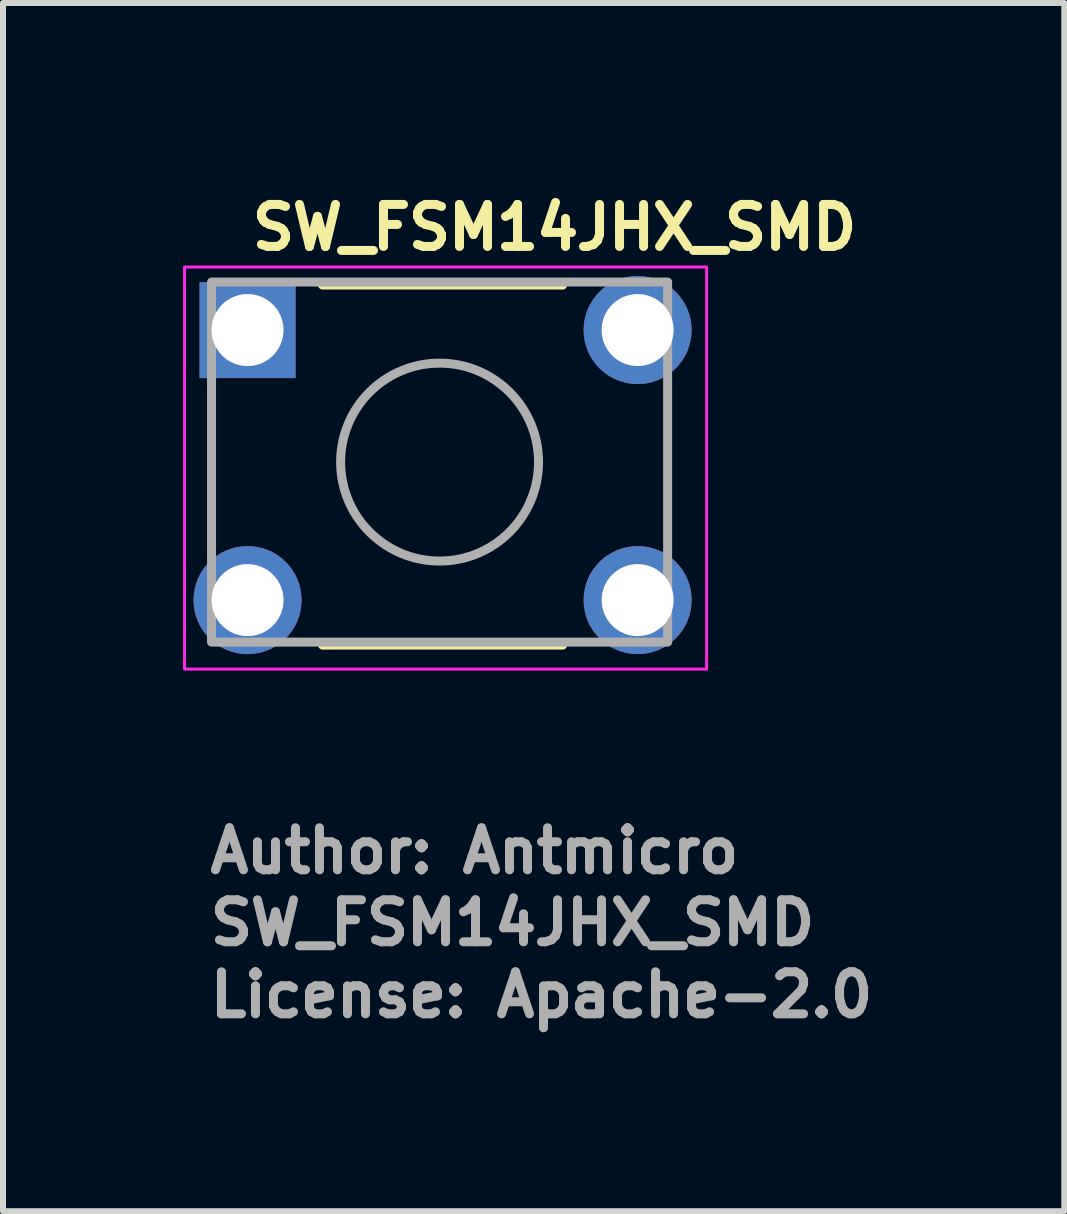
<source format=kicad_pcb>
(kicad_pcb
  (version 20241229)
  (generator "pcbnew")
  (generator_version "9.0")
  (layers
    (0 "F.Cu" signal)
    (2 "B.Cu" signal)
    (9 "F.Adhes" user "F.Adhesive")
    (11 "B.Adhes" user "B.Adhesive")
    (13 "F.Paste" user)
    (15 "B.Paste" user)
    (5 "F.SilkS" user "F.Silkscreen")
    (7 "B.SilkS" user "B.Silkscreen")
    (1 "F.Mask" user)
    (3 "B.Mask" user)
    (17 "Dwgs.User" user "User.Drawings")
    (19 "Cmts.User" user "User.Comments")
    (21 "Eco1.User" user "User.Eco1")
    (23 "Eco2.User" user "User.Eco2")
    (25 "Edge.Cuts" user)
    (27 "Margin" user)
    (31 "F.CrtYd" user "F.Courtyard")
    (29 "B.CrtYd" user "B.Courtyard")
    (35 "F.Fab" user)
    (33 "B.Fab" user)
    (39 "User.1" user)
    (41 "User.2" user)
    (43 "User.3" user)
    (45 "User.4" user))
  (footprint "SW_FSM14JHX_SMD"
    (layer "F.Cu")
    (at 1.075 2.45)
    (property "Reference" "SW_FSM14JHX_SMD" (at 0 -1.3 0) (layer "F.SilkS") (effects (font (size 0.7 0.7) (thickness 0.15)) (justify left bottom)))
    (attr through_hole)
    (fp_line (start 1.25 -0.75) (end 5.25 -0.75) (stroke (width 0.15) (type solid)) (layer "F.SilkS"))
    (fp_line (start 1.25 5.25) (end 5.25 5.25) (stroke (width 0.15) (type solid)) (layer "F.SilkS"))
    (fp_rect (start -1.05 -1.05) (end 7.65 5.65) (stroke (width 0.05) (type solid)) (fill no) (layer "F.CrtYd"))
    (fp_rect (start 7 -0.8) (end -0.6 5.2) (stroke (width 0.15) (type solid)) (fill no) (layer "F.Fab"))
    (fp_circle (center 3.2 2.2) (end 4.849 2.2) (stroke (width 0.15) (type solid)) (fill no) (layer "F.Fab"))
    (fp_rect (start -0.7 -0.795) (end 7.1 5.195) (stroke (width 0.1) (type solid)) (fill no) (layer "User.5"))
    (fp_line (start -0.7 -0.405) (end -0.7 0.305) (stroke (width 0.02) (type solid)) (layer "User.9"))
    (fp_line (start -0.7 -0.405) (end -0.679 -0.405) (stroke (width 0.02) (type solid)) (layer "User.9"))
    (fp_line (start -0.7 0.305) (end -0.679 0.305) (stroke (width 0.02) (type solid)) (layer "User.9"))
    (fp_line (start -0.7 4.095) (end -0.679 4.095) (stroke (width 0.02) (type solid)) (layer "User.9"))
    (fp_line (start -0.7 4.805) (end -0.7 4.095) (stroke (width 0.02) (type solid)) (layer "User.9"))
    (fp_line (start -0.7 4.805) (end -0.679 4.805) (stroke (width 0.02) (type solid)) (layer "User.9"))
    (fp_line (start -0.679 -0.405) (end -0.355 -0.405) (stroke (width 0.02) (type solid)) (layer "User.9"))
    (fp_line (start -0.679 0.305) (end -0.355 0.305) (stroke (width 0.02) (type solid)) (layer "User.9"))
    (fp_line (start -0.679 4.095) (end -0.355 4.095) (stroke (width 0.02) (type solid)) (layer "User.9"))
    (fp_line (start -0.679 4.805) (end -0.355 4.805) (stroke (width 0.02) (type solid)) (layer "User.9"))
    (fp_line (start -0.355 -0.405) (end -0.35 -0.405) (stroke (width 0.02) (type solid)) (layer "User.9"))
    (fp_line (start -0.355 0.305) (end -0.35 0.305) (stroke (width 0.02) (type solid)) (layer "User.9"))
    (fp_line (start -0.355 4.095) (end -0.35 4.095) (stroke (width 0.02) (type solid)) (layer "User.9"))
    (fp_line (start -0.355 4.805) (end -0.35 4.805) (stroke (width 0.02) (type solid)) (layer "User.9"))
    (fp_line (start -0.35 -0.405) (end -0.35 0.305) (stroke (width 0.02) (type solid)) (layer "User.9"))
    (fp_line (start -0.35 -0.405) (end -0.233 -0.405) (stroke (width 0.02) (type solid)) (layer "User.9"))
    (fp_line (start -0.35 0.305) (end -0.233 0.305) (stroke (width 0.02) (type solid)) (layer "User.9"))
    (fp_line (start -0.35 4.095) (end -0.233 4.095) (stroke (width 0.02) (type solid)) (layer "User.9"))
    (fp_line (start -0.35 4.805) (end -0.35 4.095) (stroke (width 0.02) (type solid)) (layer "User.9"))
    (fp_line (start -0.35 4.805) (end -0.233 4.805) (stroke (width 0.02) (type solid)) (layer "User.9"))
    (fp_line (start -0.233 -0.405) (end -0.233 -0.405) (stroke (width 0.02) (type solid)) (layer "User.9"))
    (fp_line (start -0.233 -0.405) (end 0.05 -0.405) (stroke (width 0.02) (type solid)) (layer "User.9"))
    (fp_line (start -0.233 0.305) (end -0.233 0.305) (stroke (width 0.02) (type solid)) (layer "User.9"))
    (fp_line (start -0.233 0.305) (end 0.05 0.305) (stroke (width 0.02) (type solid)) (layer "User.9"))
    (fp_line (start -0.233 4.095) (end -0.233 4.095) (stroke (width 0.02) (type solid)) (layer "User.9"))
    (fp_line (start -0.233 4.095) (end 0.05 4.095) (stroke (width 0.02) (type solid)) (layer "User.9"))
    (fp_line (start -0.233 4.805) (end -0.233 4.805) (stroke (width 0.02) (type solid)) (layer "User.9"))
    (fp_line (start -0.233 4.805) (end 0.05 4.805) (stroke (width 0.02) (type solid)) (layer "User.9"))
    (fp_line (start 0.05 -0.405) (end 0.205 -0.405) (stroke (width 0.02) (type solid)) (layer "User.9"))
    (fp_line (start 0.05 0.305) (end 0.205 0.305) (stroke (width 0.02) (type solid)) (layer "User.9"))
    (fp_line (start 0.05 4.095) (end 0.205 4.095) (stroke (width 0.02) (type solid)) (layer "User.9"))
    (fp_line (start 0.05 4.805) (end 0.205 4.805) (stroke (width 0.02) (type solid)) (layer "User.9"))
    (fp_line (start 0.205 -0.495) (end 0.205 4.895) (stroke (width 0.02) (type solid)) (layer "User.9"))
    (fp_line (start 0.205 -0.495) (end 0.205 4.895) (stroke (width 0.02) (type solid)) (layer "User.9"))
    (fp_line (start 0.205 4.895) (end 0.205 4.91) (stroke (width 0.02) (type solid)) (layer "User.9"))
    (fp_line (start 0.205 -0.51) (end 0.205 -0.495) (stroke (width 0.02) (type solid)) (layer "User.9"))
    (fp_line (start 0.205 4.91) (end 0.206 4.925) (stroke (width 0.02) (type solid)) (layer "User.9"))
    (fp_line (start 0.206 -0.525) (end 0.205 -0.51) (stroke (width 0.02) (type solid)) (layer "User.9"))
    (fp_line (start 0.206 4.925) (end 0.208 4.939) (stroke (width 0.02) (type solid)) (layer "User.9"))
    (fp_line (start 0.208 -0.539) (end 0.206 -0.525) (stroke (width 0.02) (type solid)) (layer "User.9"))
    (fp_line (start 0.208 4.939) (end 0.211 4.954) (stroke (width 0.02) (type solid)) (layer "User.9"))
    (fp_line (start 0.211 -0.554) (end 0.208 -0.539) (stroke (width 0.02) (type solid)) (layer "User.9"))
    (fp_line (start 0.211 4.954) (end 0.214 4.968) (stroke (width 0.02) (type solid)) (layer "User.9"))
    (fp_line (start 0.214 -0.568) (end 0.211 -0.554) (stroke (width 0.02) (type solid)) (layer "User.9"))
    (fp_line (start 0.214 4.968) (end 0.218 4.982) (stroke (width 0.02) (type solid)) (layer "User.9"))
    (fp_line (start 0.218 -0.582) (end 0.214 -0.568) (stroke (width 0.02) (type solid)) (layer "User.9"))
    (fp_line (start 0.218 4.982) (end 0.223 4.996) (stroke (width 0.02) (type solid)) (layer "User.9"))
    (fp_line (start 0.223 -0.596) (end 0.218 -0.582) (stroke (width 0.02) (type solid)) (layer "User.9"))
    (fp_line (start 0.223 4.996) (end 0.228 5.01) (stroke (width 0.02) (type solid)) (layer "User.9"))
    (fp_line (start 0.228 -0.61) (end 0.223 -0.596) (stroke (width 0.02) (type solid)) (layer "User.9"))
    (fp_line (start 0.228 5.01) (end 0.234 5.023) (stroke (width 0.02) (type solid)) (layer "User.9"))
    (fp_line (start 0.234 -0.623) (end 0.228 -0.61) (stroke (width 0.02) (type solid)) (layer "User.9"))
    (fp_line (start 0.234 5.023) (end 0.24 5.036) (stroke (width 0.02) (type solid)) (layer "User.9"))
    (fp_line (start 0.24 -0.636) (end 0.234 -0.623) (stroke (width 0.02) (type solid)) (layer "User.9"))
    (fp_line (start 0.24 5.036) (end 0.248 5.049) (stroke (width 0.02) (type solid)) (layer "User.9"))
    (fp_line (start 0.248 -0.649) (end 0.24 -0.636) (stroke (width 0.02) (type solid)) (layer "User.9"))
    (fp_line (start 0.248 5.049) (end 0.255 5.061) (stroke (width 0.02) (type solid)) (layer "User.9"))
    (fp_line (start 0.255 -0.661) (end 0.248 -0.649) (stroke (width 0.02) (type solid)) (layer "User.9"))
    (fp_line (start 0.255 5.061) (end 0.264 5.073) (stroke (width 0.02) (type solid)) (layer "User.9"))
    (fp_line (start 0.264 -0.673) (end 0.255 -0.661) (stroke (width 0.02) (type solid)) (layer "User.9"))
    (fp_line (start 0.264 5.073) (end 0.273 5.085) (stroke (width 0.02) (type solid)) (layer "User.9"))
    (fp_line (start 0.273 -0.685) (end 0.264 -0.673) (stroke (width 0.02) (type solid)) (layer "User.9"))
    (fp_line (start 0.273 5.085) (end 0.283 5.096) (stroke (width 0.02) (type solid)) (layer "User.9"))
    (fp_line (start 0.283 -0.696) (end 0.273 -0.685) (stroke (width 0.02) (type solid)) (layer "User.9"))
    (fp_line (start 0.283 5.096) (end 0.293 5.107) (stroke (width 0.02) (type solid)) (layer "User.9"))
    (fp_line (start 0.293 -0.707) (end 0.283 -0.696) (stroke (width 0.02) (type solid)) (layer "User.9"))
    (fp_line (start 0.293 -0.707) (end 0.293 -0.707) (stroke (width 0.02) (type solid)) (layer "User.9"))
    (fp_line (start 0.293 5.107) (end 0.293 5.107) (stroke (width 0.02) (type solid)) (layer "User.9"))
    (fp_line (start 0.293 5.107) (end 0.304 5.117) (stroke (width 0.02) (type solid)) (layer "User.9"))
    (fp_line (start 0.304 -0.717) (end 0.293 -0.707) (stroke (width 0.02) (type solid)) (layer "User.9"))
    (fp_line (start 0.304 5.117) (end 0.315 5.127) (stroke (width 0.02) (type solid)) (layer "User.9"))
    (fp_line (start 0.315 -0.727) (end 0.304 -0.717) (stroke (width 0.02) (type solid)) (layer "User.9"))
    (fp_line (start 0.315 5.127) (end 0.327 5.136) (stroke (width 0.02) (type solid)) (layer "User.9"))
    (fp_line (start 0.327 -0.736) (end 0.315 -0.727) (stroke (width 0.02) (type solid)) (layer "User.9"))
    (fp_line (start 0.327 5.136) (end 0.339 5.145) (stroke (width 0.02) (type solid)) (layer "User.9"))
    (fp_line (start 0.339 -0.745) (end 0.327 -0.736) (stroke (width 0.02) (type solid)) (layer "User.9"))
    (fp_line (start 0.339 5.145) (end 0.351 5.152) (stroke (width 0.02) (type solid)) (layer "User.9"))
    (fp_line (start 0.351 -0.752) (end 0.339 -0.745) (stroke (width 0.02) (type solid)) (layer "User.9"))
    (fp_line (start 0.351 5.152) (end 0.364 5.16) (stroke (width 0.02) (type solid)) (layer "User.9"))
    (fp_line (start 0.364 -0.76) (end 0.351 -0.752) (stroke (width 0.02) (type solid)) (layer "User.9"))
    (fp_line (start 0.364 5.16) (end 0.377 5.166) (stroke (width 0.02) (type solid)) (layer "User.9"))
    (fp_line (start 0.377 -0.766) (end 0.364 -0.76) (stroke (width 0.02) (type solid)) (layer "User.9"))
    (fp_line (start 0.377 5.166) (end 0.39 5.172) (stroke (width 0.02) (type solid)) (layer "User.9"))
    (fp_line (start 0.39 -0.772) (end 0.377 -0.766) (stroke (width 0.02) (type solid)) (layer "User.9"))
    (fp_line (start 0.39 5.172) (end 0.404 5.177) (stroke (width 0.02) (type solid)) (layer "User.9"))
    (fp_line (start 0.404 -0.777) (end 0.39 -0.772) (stroke (width 0.02) (type solid)) (layer "User.9"))
    (fp_line (start 0.404 5.177) (end 0.418 5.182) (stroke (width 0.02) (type solid)) (layer "User.9"))
    (fp_line (start 0.418 -0.782) (end 0.404 -0.777) (stroke (width 0.02) (type solid)) (layer "User.9"))
    (fp_line (start 0.418 5.182) (end 0.432 5.186) (stroke (width 0.02) (type solid)) (layer "User.9"))
    (fp_line (start 0.432 -0.786) (end 0.418 -0.782) (stroke (width 0.02) (type solid)) (layer "User.9"))
    (fp_line (start 0.432 5.186) (end 0.446 5.189) (stroke (width 0.02) (type solid)) (layer "User.9"))
    (fp_line (start 0.446 -0.789) (end 0.432 -0.786) (stroke (width 0.02) (type solid)) (layer "User.9"))
    (fp_line (start 0.446 5.189) (end 0.461 5.192) (stroke (width 0.02) (type solid)) (layer "User.9"))
    (fp_line (start 0.461 -0.792) (end 0.446 -0.789) (stroke (width 0.02) (type solid)) (layer "User.9"))
    (fp_line (start 0.461 5.192) (end 0.475 5.194) (stroke (width 0.02) (type solid)) (layer "User.9"))
    (fp_line (start 0.475 -0.794) (end 0.461 -0.792) (stroke (width 0.02) (type solid)) (layer "User.9"))
    (fp_line (start 0.475 5.194) (end 0.49 5.195) (stroke (width 0.02) (type solid)) (layer "User.9"))
    (fp_line (start 0.49 -0.795) (end 0.475 -0.794) (stroke (width 0.02) (type solid)) (layer "User.9"))
    (fp_line (start 0.49 5.195) (end 0.505 5.195) (stroke (width 0.02) (type solid)) (layer "User.9"))
    (fp_line (start 0.505 -0.795) (end 0.49 -0.795) (stroke (width 0.02) (type solid)) (layer "User.9"))
    (fp_line (start 0.505 5.195) (end 5.895 5.195) (stroke (width 0.02) (type solid)) (layer "User.9"))
    (fp_line (start 0.505 5.195) (end 5.895 5.195) (stroke (width 0.02) (type solid)) (layer "User.9"))
    (fp_line (start 0.75 0.2) (end 0.751 0.171) (stroke (width 0.02) (type solid)) (layer "User.9"))
    (fp_line (start 0.75 4.2) (end 0.751 4.17) (stroke (width 0.02) (type solid)) (layer "User.9"))
    (fp_line (start 0.75 4.215) (end 0.75 4.2) (stroke (width 0.02) (type solid)) (layer "User.9"))
    (fp_line (start 0.751 0.171) (end 0.754 0.142) (stroke (width 0.02) (type solid)) (layer "User.9"))
    (fp_line (start 0.751 0.229) (end 0.75 0.2) (stroke (width 0.02) (type solid)) (layer "User.9"))
    (fp_line (start 0.751 4.17) (end 0.754 4.14) (stroke (width 0.02) (type solid)) (layer "User.9"))
    (fp_line (start 0.751 4.23) (end 0.75 4.215) (stroke (width 0.02) (type solid)) (layer "User.9"))
    (fp_line (start 0.752 4.245) (end 0.751 4.23) (stroke (width 0.02) (type solid)) (layer "User.9"))
    (fp_line (start 0.754 0.142) (end 0.758 0.113) (stroke (width 0.02) (type solid)) (layer "User.9"))
    (fp_line (start 0.754 0.258) (end 0.751 0.229) (stroke (width 0.02) (type solid)) (layer "User.9"))
    (fp_line (start 0.754 4.14) (end 0.759 4.111) (stroke (width 0.02) (type solid)) (layer "User.9"))
    (fp_line (start 0.754 4.26) (end 0.752 4.245) (stroke (width 0.02) (type solid)) (layer "User.9"))
    (fp_line (start 0.756 4.274) (end 0.754 4.26) (stroke (width 0.02) (type solid)) (layer "User.9"))
    (fp_line (start 0.758 0.113) (end 0.765 0.084) (stroke (width 0.02) (type solid)) (layer "User.9"))
    (fp_line (start 0.758 0.287) (end 0.754 0.258) (stroke (width 0.02) (type solid)) (layer "User.9"))
    (fp_line (start 0.759 4.111) (end 0.766 4.083) (stroke (width 0.02) (type solid)) (layer "User.9"))
    (fp_line (start 0.759 4.289) (end 0.756 4.274) (stroke (width 0.02) (type solid)) (layer "User.9"))
    (fp_line (start 0.762 4.303) (end 0.759 4.289) (stroke (width 0.02) (type solid)) (layer "User.9"))
    (fp_line (start 0.765 0.084) (end 0.774 0.056) (stroke (width 0.02) (type solid)) (layer "User.9"))
    (fp_line (start 0.765 0.316) (end 0.758 0.287) (stroke (width 0.02) (type solid)) (layer "User.9"))
    (fp_line (start 0.766 4.083) (end 0.774 4.055) (stroke (width 0.02) (type solid)) (layer "User.9"))
    (fp_line (start 0.766 4.317) (end 0.762 4.303) (stroke (width 0.02) (type solid)) (layer "User.9"))
    (fp_line (start 0.77 4.332) (end 0.766 4.317) (stroke (width 0.02) (type solid)) (layer "User.9"))
    (fp_line (start 0.774 0.056) (end 0.784 0.029) (stroke (width 0.02) (type solid)) (layer "User.9"))
    (fp_line (start 0.774 0.344) (end 0.765 0.316) (stroke (width 0.02) (type solid)) (layer "User.9"))
    (fp_line (start 0.774 4.055) (end 0.784 4.027) (stroke (width 0.02) (type solid)) (layer "User.9"))
    (fp_line (start 0.774 4.345) (end 0.77 4.332) (stroke (width 0.02) (type solid)) (layer "User.9"))
    (fp_line (start 0.779 4.359) (end 0.774 4.345) (stroke (width 0.02) (type solid)) (layer "User.9"))
    (fp_line (start 0.784 0.029) (end 0.796 0.001) (stroke (width 0.02) (type solid)) (layer "User.9"))
    (fp_line (start 0.784 0.371) (end 0.774 0.344) (stroke (width 0.02) (type solid)) (layer "User.9"))
    (fp_line (start 0.784 4.027) (end 0.797 4.001) (stroke (width 0.02) (type solid)) (layer "User.9"))
    (fp_line (start 0.784 4.373) (end 0.779 4.359) (stroke (width 0.02) (type solid)) (layer "User.9"))
    (fp_line (start 0.79 4.386) (end 0.784 4.373) (stroke (width 0.02) (type solid)) (layer "User.9"))
    (fp_line (start 0.796 0.001) (end 0.81 -0.025) (stroke (width 0.02) (type solid)) (layer "User.9"))
    (fp_line (start 0.796 0.399) (end 0.784 0.371) (stroke (width 0.02) (type solid)) (layer "User.9"))
    (fp_line (start 0.797 4.001) (end 0.81 3.975) (stroke (width 0.02) (type solid)) (layer "User.9"))
    (fp_line (start 0.797 4.399) (end 0.79 4.386) (stroke (width 0.02) (type solid)) (layer "User.9"))
    (fp_line (start 0.803 4.412) (end 0.797 4.399) (stroke (width 0.02) (type solid)) (layer "User.9"))
    (fp_line (start 0.81 -0.025) (end 0.81 -0.025) (stroke (width 0.02) (type solid)) (layer "User.9"))
    (fp_line (start 0.81 -0.025) (end 0.818 -0.038) (stroke (width 0.02) (type solid)) (layer "User.9"))
    (fp_line (start 0.81 0.425) (end 0.796 0.399) (stroke (width 0.02) (type solid)) (layer "User.9"))
    (fp_line (start 0.81 0.425) (end 0.81 0.425) (stroke (width 0.02) (type solid)) (layer "User.9"))
    (fp_line (start 0.81 3.975) (end 0.826 3.95) (stroke (width 0.02) (type solid)) (layer "User.9"))
    (fp_line (start 0.81 4.425) (end 0.803 4.412) (stroke (width 0.02) (type solid)) (layer "User.9"))
    (fp_line (start 0.818 4.437) (end 0.81 4.425) (stroke (width 0.02) (type solid)) (layer "User.9"))
    (fp_line (start 0.818 -0.038) (end 0.826 -0.05) (stroke (width 0.02) (type solid)) (layer "User.9"))
    (fp_line (start 0.826 3.95) (end 0.843 3.927) (stroke (width 0.02) (type solid)) (layer "User.9"))
    (fp_line (start 0.826 4.45) (end 0.818 4.437) (stroke (width 0.02) (type solid)) (layer "User.9"))
    (fp_line (start 0.826 -0.05) (end 0.835 -0.063) (stroke (width 0.02) (type solid)) (layer "User.9"))
    (fp_line (start 0.826 0.45) (end 0.81 0.425) (stroke (width 0.02) (type solid)) (layer "User.9"))
    (fp_line (start 0.834 4.462) (end 0.826 4.45) (stroke (width 0.02) (type solid)) (layer "User.9"))
    (fp_line (start 0.835 -0.063) (end 0.844 -0.075) (stroke (width 0.02) (type solid)) (layer "User.9"))
    (fp_line (start 0.843 3.927) (end 0.861 3.904) (stroke (width 0.02) (type solid)) (layer "User.9"))
    (fp_line (start 0.843 4.473) (end 0.834 4.462) (stroke (width 0.02) (type solid)) (layer "User.9"))
    (fp_line (start 0.844 -0.075) (end 0.853 -0.086) (stroke (width 0.02) (type solid)) (layer "User.9"))
    (fp_line (start 0.844 0.475) (end 0.826 0.45) (stroke (width 0.02) (type solid)) (layer "User.9"))
    (fp_line (start 0.852 4.485) (end 0.843 4.473) (stroke (width 0.02) (type solid)) (layer "User.9"))
    (fp_line (start 0.853 -0.086) (end 0.862 -0.097) (stroke (width 0.02) (type solid)) (layer "User.9"))
    (fp_line (start 0.861 3.904) (end 0.881 3.882) (stroke (width 0.02) (type solid)) (layer "User.9"))
    (fp_line (start 0.861 4.496) (end 0.852 4.485) (stroke (width 0.02) (type solid)) (layer "User.9"))
    (fp_line (start 0.862 -0.097) (end 0.872 -0.108) (stroke (width 0.02) (type solid)) (layer "User.9"))
    (fp_line (start 0.862 0.497) (end 0.844 0.475) (stroke (width 0.02) (type solid)) (layer "User.9"))
    (fp_line (start 0.871 4.507) (end 0.861 4.496) (stroke (width 0.02) (type solid)) (layer "User.9"))
    (fp_line (start 0.872 -0.108) (end 0.882 -0.119) (stroke (width 0.02) (type solid)) (layer "User.9"))
    (fp_line (start 0.881 3.882) (end 0.903 3.862) (stroke (width 0.02) (type solid)) (layer "User.9"))
    (fp_line (start 0.881 4.518) (end 0.871 4.507) (stroke (width 0.02) (type solid)) (layer "User.9"))
    (fp_line (start 0.882 -0.119) (end 0.893 -0.129) (stroke (width 0.02) (type solid)) (layer "User.9"))
    (fp_line (start 0.882 0.519) (end 0.862 0.497) (stroke (width 0.02) (type solid)) (layer "User.9"))
    (fp_line (start 0.892 4.528) (end 0.881 4.518) (stroke (width 0.02) (type solid)) (layer "User.9"))
    (fp_line (start 0.893 -0.129) (end 0.904 -0.139) (stroke (width 0.02) (type solid)) (layer "User.9"))
    (fp_line (start 0.903 3.862) (end 0.925 3.844) (stroke (width 0.02) (type solid)) (layer "User.9"))
    (fp_line (start 0.903 4.538) (end 0.892 4.528) (stroke (width 0.02) (type solid)) (layer "User.9"))
    (fp_line (start 0.904 -0.139) (end 0.915 -0.148) (stroke (width 0.02) (type solid)) (layer "User.9"))
    (fp_line (start 0.904 0.539) (end 0.882 0.519) (stroke (width 0.02) (type solid)) (layer "User.9"))
    (fp_line (start 0.914 4.547) (end 0.903 4.538) (stroke (width 0.02) (type solid)) (layer "User.9"))
    (fp_line (start 0.915 -0.148) (end 0.927 -0.157) (stroke (width 0.02) (type solid)) (layer "User.9"))
    (fp_line (start 0.925 3.844) (end 0.95 3.826) (stroke (width 0.02) (type solid)) (layer "User.9"))
    (fp_line (start 0.925 4.556) (end 0.914 4.547) (stroke (width 0.02) (type solid)) (layer "User.9"))
    (fp_line (start 0.927 -0.157) (end 0.938 -0.166) (stroke (width 0.02) (type solid)) (layer "User.9"))
    (fp_line (start 0.927 0.557) (end 0.904 0.539) (stroke (width 0.02) (type solid)) (layer "User.9"))
    (fp_line (start 0.937 4.565) (end 0.925 4.556) (stroke (width 0.02) (type solid)) (layer "User.9"))
    (fp_line (start 0.938 -0.166) (end 0.95 -0.174) (stroke (width 0.02) (type solid)) (layer "User.9"))
    (fp_line (start 0.95 3.826) (end 0.975 3.81) (stroke (width 0.02) (type solid)) (layer "User.9"))
    (fp_line (start 0.95 4.574) (end 0.937 4.565) (stroke (width 0.02) (type solid)) (layer "User.9"))
    (fp_line (start 0.95 -0.174) (end 0.963 -0.182) (stroke (width 0.02) (type solid)) (layer "User.9"))
    (fp_line (start 0.95 0.574) (end 0.927 0.557) (stroke (width 0.02) (type solid)) (layer "User.9"))
    (fp_line (start 0.962 4.582) (end 0.95 4.574) (stroke (width 0.02) (type solid)) (layer "User.9"))
    (fp_line (start 0.963 -0.182) (end 0.975 -0.19) (stroke (width 0.02) (type solid)) (layer "User.9"))
    (fp_line (start 0.975 -0.19) (end 0.988 -0.197) (stroke (width 0.02) (type solid)) (layer "User.9"))
    (fp_line (start 0.975 0.59) (end 0.95 0.574) (stroke (width 0.02) (type solid)) (layer "User.9"))
    (fp_line (start 0.975 3.81) (end 0.975 3.81) (stroke (width 0.02) (type solid)) (layer "User.9"))
    (fp_line (start 0.975 3.81) (end 1.001 3.796) (stroke (width 0.02) (type solid)) (layer "User.9"))
    (fp_line (start 0.975 4.59) (end 0.962 4.582) (stroke (width 0.02) (type solid)) (layer "User.9"))
    (fp_line (start 0.975 4.59) (end 0.975 4.59) (stroke (width 0.02) (type solid)) (layer "User.9"))
    (fp_line (start 0.988 -0.197) (end 1.001 -0.203) (stroke (width 0.02) (type solid)) (layer "User.9"))
    (fp_line (start 1.001 -0.203) (end 1.014 -0.21) (stroke (width 0.02) (type solid)) (layer "User.9"))
    (fp_line (start 1.001 0.603) (end 0.975 0.59) (stroke (width 0.02) (type solid)) (layer "User.9"))
    (fp_line (start 1.001 3.796) (end 1.029 3.784) (stroke (width 0.02) (type solid)) (layer "User.9"))
    (fp_line (start 1.001 4.604) (end 0.975 4.59) (stroke (width 0.02) (type solid)) (layer "User.9"))
    (fp_line (start 1.014 -0.21) (end 1.027 -0.216) (stroke (width 0.02) (type solid)) (layer "User.9"))
    (fp_line (start 1.027 -0.216) (end 1.041 -0.221) (stroke (width 0.02) (type solid)) (layer "User.9"))
    (fp_line (start 1.027 0.616) (end 1.001 0.603) (stroke (width 0.02) (type solid)) (layer "User.9"))
    (fp_line (start 1.029 3.784) (end 1.056 3.774) (stroke (width 0.02) (type solid)) (layer "User.9"))
    (fp_line (start 1.029 4.616) (end 1.001 4.604) (stroke (width 0.02) (type solid)) (layer "User.9"))
    (fp_line (start 1.041 -0.221) (end 1.055 -0.226) (stroke (width 0.02) (type solid)) (layer "User.9"))
    (fp_line (start 1.055 -0.226) (end 1.068 -0.23) (stroke (width 0.02) (type solid)) (layer "User.9"))
    (fp_line (start 1.055 0.626) (end 1.027 0.616) (stroke (width 0.02) (type solid)) (layer "User.9"))
    (fp_line (start 1.056 3.774) (end 1.084 3.765) (stroke (width 0.02) (type solid)) (layer "User.9"))
    (fp_line (start 1.056 4.626) (end 1.029 4.616) (stroke (width 0.02) (type solid)) (layer "User.9"))
    (fp_line (start 1.068 -0.23) (end 1.083 -0.234) (stroke (width 0.02) (type solid)) (layer "User.9"))
    (fp_line (start 1.083 -0.234) (end 1.097 -0.238) (stroke (width 0.02) (type solid)) (layer "User.9"))
    (fp_line (start 1.083 0.634) (end 1.055 0.626) (stroke (width 0.02) (type solid)) (layer "User.9"))
    (fp_line (start 1.084 3.765) (end 1.113 3.758) (stroke (width 0.02) (type solid)) (layer "User.9"))
    (fp_line (start 1.084 4.635) (end 1.056 4.626) (stroke (width 0.02) (type solid)) (layer "User.9"))
    (fp_line (start 1.097 -0.238) (end 1.111 -0.241) (stroke (width 0.02) (type solid)) (layer "User.9"))
    (fp_line (start 1.111 -0.241) (end 1.126 -0.244) (stroke (width 0.02) (type solid)) (layer "User.9"))
    (fp_line (start 1.111 0.641) (end 1.083 0.634) (stroke (width 0.02) (type solid)) (layer "User.9"))
    (fp_line (start 1.113 3.758) (end 1.142 3.754) (stroke (width 0.02) (type solid)) (layer "User.9"))
    (fp_line (start 1.113 4.642) (end 1.084 4.635) (stroke (width 0.02) (type solid)) (layer "User.9"))
    (fp_line (start 1.126 -0.244) (end 1.14 -0.246) (stroke (width 0.02) (type solid)) (layer "User.9"))
    (fp_line (start 1.14 -0.246) (end 1.155 -0.248) (stroke (width 0.02) (type solid)) (layer "User.9"))
    (fp_line (start 1.14 0.646) (end 1.111 0.641) (stroke (width 0.02) (type solid)) (layer "User.9"))
    (fp_line (start 1.142 3.754) (end 1.171 3.751) (stroke (width 0.02) (type solid)) (layer "User.9"))
    (fp_line (start 1.142 4.646) (end 1.113 4.642) (stroke (width 0.02) (type solid)) (layer "User.9"))
    (fp_line (start 1.155 -0.248) (end 1.17 -0.249) (stroke (width 0.02) (type solid)) (layer "User.9"))
    (fp_line (start 1.17 -0.249) (end 1.185 -0.25) (stroke (width 0.02) (type solid)) (layer "User.9"))
    (fp_line (start 1.17 0.649) (end 1.14 0.646) (stroke (width 0.02) (type solid)) (layer "User.9"))
    (fp_line (start 1.171 3.751) (end 1.2 3.75) (stroke (width 0.02) (type solid)) (layer "User.9"))
    (fp_line (start 1.171 4.649) (end 1.142 4.646) (stroke (width 0.02) (type solid)) (layer "User.9"))
    (fp_line (start 1.185 -0.25) (end 1.2 -0.25) (stroke (width 0.02) (type solid)) (layer "User.9"))
    (fp_line (start 1.2 -0.25) (end 1.23 -0.249) (stroke (width 0.02) (type solid)) (layer "User.9"))
    (fp_line (start 1.2 0.65) (end 1.17 0.649) (stroke (width 0.02) (type solid)) (layer "User.9"))
    (fp_line (start 1.2 3.75) (end 1.229 3.751) (stroke (width 0.02) (type solid)) (layer "User.9"))
    (fp_line (start 1.2 4.65) (end 1.171 4.649) (stroke (width 0.02) (type solid)) (layer "User.9"))
    (fp_line (start 1.215 0.65) (end 1.2 0.65) (stroke (width 0.02) (type solid)) (layer "User.9"))
    (fp_line (start 1.229 3.751) (end 1.258 3.754) (stroke (width 0.02) (type solid)) (layer "User.9"))
    (fp_line (start 1.229 4.649) (end 1.2 4.65) (stroke (width 0.02) (type solid)) (layer "User.9"))
    (fp_line (start 1.23 -0.249) (end 1.26 -0.246) (stroke (width 0.02) (type solid)) (layer "User.9"))
    (fp_line (start 1.23 0.649) (end 1.215 0.65) (stroke (width 0.02) (type solid)) (layer "User.9"))
    (fp_line (start 1.245 0.648) (end 1.23 0.649) (stroke (width 0.02) (type solid)) (layer "User.9"))
    (fp_line (start 1.258 3.754) (end 1.287 3.758) (stroke (width 0.02) (type solid)) (layer "User.9"))
    (fp_line (start 1.258 4.646) (end 1.229 4.649) (stroke (width 0.02) (type solid)) (layer "User.9"))
    (fp_line (start 1.26 -0.246) (end 1.289 -0.241) (stroke (width 0.02) (type solid)) (layer "User.9"))
    (fp_line (start 1.26 0.646) (end 1.245 0.648) (stroke (width 0.02) (type solid)) (layer "User.9"))
    (fp_line (start 1.274 0.644) (end 1.26 0.646) (stroke (width 0.02) (type solid)) (layer "User.9"))
    (fp_line (start 1.287 3.758) (end 1.316 3.765) (stroke (width 0.02) (type solid)) (layer "User.9"))
    (fp_line (start 1.287 4.642) (end 1.258 4.646) (stroke (width 0.02) (type solid)) (layer "User.9"))
    (fp_line (start 1.289 -0.241) (end 1.317 -0.234) (stroke (width 0.02) (type solid)) (layer "User.9"))
    (fp_line (start 1.289 0.641) (end 1.274 0.644) (stroke (width 0.02) (type solid)) (layer "User.9"))
    (fp_line (start 1.303 0.638) (end 1.289 0.641) (stroke (width 0.02) (type solid)) (layer "User.9"))
    (fp_line (start 1.316 3.765) (end 1.344 3.774) (stroke (width 0.02) (type solid)) (layer "User.9"))
    (fp_line (start 1.316 4.635) (end 1.287 4.642) (stroke (width 0.02) (type solid)) (layer "User.9"))
    (fp_line (start 1.317 -0.234) (end 1.345 -0.226) (stroke (width 0.02) (type solid)) (layer "User.9"))
    (fp_line (start 1.317 0.634) (end 1.303 0.638) (stroke (width 0.02) (type solid)) (layer "User.9"))
    (fp_line (start 1.332 0.63) (end 1.317 0.634) (stroke (width 0.02) (type solid)) (layer "User.9"))
    (fp_line (start 1.344 3.774) (end 1.371 3.784) (stroke (width 0.02) (type solid)) (layer "User.9"))
    (fp_line (start 1.344 4.626) (end 1.316 4.635) (stroke (width 0.02) (type solid)) (layer "User.9"))
    (fp_line (start 1.345 -0.226) (end 1.373 -0.216) (stroke (width 0.02) (type solid)) (layer "User.9"))
    (fp_line (start 1.345 0.626) (end 1.332 0.63) (stroke (width 0.02) (type solid)) (layer "User.9"))
    (fp_line (start 1.359 0.621) (end 1.345 0.626) (stroke (width 0.02) (type solid)) (layer "User.9"))
    (fp_line (start 1.371 3.784) (end 1.399 3.796) (stroke (width 0.02) (type solid)) (layer "User.9"))
    (fp_line (start 1.371 4.616) (end 1.344 4.626) (stroke (width 0.02) (type solid)) (layer "User.9"))
    (fp_line (start 1.373 -0.216) (end 1.399 -0.203) (stroke (width 0.02) (type solid)) (layer "User.9"))
    (fp_line (start 1.373 0.616) (end 1.359 0.621) (stroke (width 0.02) (type solid)) (layer "User.9"))
    (fp_line (start 1.386 0.61) (end 1.373 0.616) (stroke (width 0.02) (type solid)) (layer "User.9"))
    (fp_line (start 1.399 3.796) (end 1.425 3.81) (stroke (width 0.02) (type solid)) (layer "User.9"))
    (fp_line (start 1.399 4.604) (end 1.371 4.616) (stroke (width 0.02) (type solid)) (layer "User.9"))
    (fp_line (start 1.399 -0.203) (end 1.425 -0.19) (stroke (width 0.02) (type solid)) (layer "User.9"))
    (fp_line (start 1.399 0.603) (end 1.386 0.61) (stroke (width 0.02) (type solid)) (layer "User.9"))
    (fp_line (start 1.412 0.597) (end 1.399 0.603) (stroke (width 0.02) (type solid)) (layer "User.9"))
    (fp_line (start 1.425 -0.19) (end 1.45 -0.174) (stroke (width 0.02) (type solid)) (layer "User.9"))
    (fp_line (start 1.425 0.59) (end 1.412 0.597) (stroke (width 0.02) (type solid)) (layer "User.9"))
    (fp_line (start 1.425 3.81) (end 1.425 3.81) (stroke (width 0.02) (type solid)) (layer "User.9"))
    (fp_line (start 1.425 3.81) (end 1.438 3.818) (stroke (width 0.02) (type solid)) (layer "User.9"))
    (fp_line (start 1.425 4.59) (end 1.399 4.604) (stroke (width 0.02) (type solid)) (layer "User.9"))
    (fp_line (start 1.425 4.59) (end 1.425 4.59) (stroke (width 0.02) (type solid)) (layer "User.9"))
    (fp_line (start 1.437 0.582) (end 1.425 0.59) (stroke (width 0.02) (type solid)) (layer "User.9"))
    (fp_line (start 1.438 3.818) (end 1.45 3.826) (stroke (width 0.02) (type solid)) (layer "User.9"))
    (fp_line (start 1.445 2.2) (end 1.447 2.11) (stroke (width 0.02) (type solid)) (layer "User.9"))
    (fp_line (start 1.447 2.11) (end 1.454 2.021) (stroke (width 0.02) (type solid)) (layer "User.9"))
    (fp_line (start 1.447 2.29) (end 1.445 2.2) (stroke (width 0.02) (type solid)) (layer "User.9"))
    (fp_line (start 1.45 -0.174) (end 1.473 -0.157) (stroke (width 0.02) (type solid)) (layer "User.9"))
    (fp_line (start 1.45 0.574) (end 1.437 0.582) (stroke (width 0.02) (type solid)) (layer "User.9"))
    (fp_line (start 1.45 3.826) (end 1.463 3.835) (stroke (width 0.02) (type solid)) (layer "User.9"))
    (fp_line (start 1.45 4.574) (end 1.425 4.59) (stroke (width 0.02) (type solid)) (layer "User.9"))
    (fp_line (start 1.454 2.021) (end 1.465 1.933) (stroke (width 0.02) (type solid)) (layer "User.9"))
    (fp_line (start 1.454 2.379) (end 1.447 2.29) (stroke (width 0.02) (type solid)) (layer "User.9"))
    (fp_line (start 1.462 0.566) (end 1.45 0.574) (stroke (width 0.02) (type solid)) (layer "User.9"))
    (fp_line (start 1.463 3.835) (end 1.475 3.844) (stroke (width 0.02) (type solid)) (layer "User.9"))
    (fp_line (start 1.465 1.933) (end 1.481 1.846) (stroke (width 0.02) (type solid)) (layer "User.9"))
    (fp_line (start 1.465 2.467) (end 1.454 2.379) (stroke (width 0.02) (type solid)) (layer "User.9"))
    (fp_line (start 1.473 -0.157) (end 1.496 -0.139) (stroke (width 0.02) (type solid)) (layer "User.9"))
    (fp_line (start 1.473 0.557) (end 1.462 0.566) (stroke (width 0.02) (type solid)) (layer "User.9"))
    (fp_line (start 1.475 3.844) (end 1.486 3.853) (stroke (width 0.02) (type solid)) (layer "User.9"))
    (fp_line (start 1.475 4.556) (end 1.45 4.574) (stroke (width 0.02) (type solid)) (layer "User.9"))
    (fp_line (start 1.481 1.846) (end 1.5 1.762) (stroke (width 0.02) (type solid)) (layer "User.9"))
    (fp_line (start 1.481 2.554) (end 1.465 2.467) (stroke (width 0.02) (type solid)) (layer "User.9"))
    (fp_line (start 1.485 0.548) (end 1.473 0.557) (stroke (width 0.02) (type solid)) (layer "User.9"))
    (fp_line (start 1.486 3.853) (end 1.497 3.862) (stroke (width 0.02) (type solid)) (layer "User.9"))
    (fp_line (start 1.496 -0.139) (end 1.518 -0.119) (stroke (width 0.02) (type solid)) (layer "User.9"))
    (fp_line (start 1.496 0.539) (end 1.485 0.548) (stroke (width 0.02) (type solid)) (layer "User.9"))
    (fp_line (start 1.497 3.862) (end 1.508 3.872) (stroke (width 0.02) (type solid)) (layer "User.9"))
    (fp_line (start 1.497 4.538) (end 1.475 4.556) (stroke (width 0.02) (type solid)) (layer "User.9"))
    (fp_line (start 1.5 1.762) (end 1.524 1.678) (stroke (width 0.02) (type solid)) (layer "User.9"))
    (fp_line (start 1.5 2.638) (end 1.481 2.554) (stroke (width 0.02) (type solid)) (layer "User.9"))
    (fp_line (start 1.507 0.529) (end 1.496 0.539) (stroke (width 0.02) (type solid)) (layer "User.9"))
    (fp_line (start 1.508 3.872) (end 1.519 3.882) (stroke (width 0.02) (type solid)) (layer "User.9"))
    (fp_line (start 1.518 -0.119) (end 1.538 -0.097) (stroke (width 0.02) (type solid)) (layer "User.9"))
    (fp_line (start 1.518 0.519) (end 1.507 0.529) (stroke (width 0.02) (type solid)) (layer "User.9"))
    (fp_line (start 1.519 3.882) (end 1.529 3.893) (stroke (width 0.02) (type solid)) (layer "User.9"))
    (fp_line (start 1.519 4.518) (end 1.497 4.538) (stroke (width 0.02) (type solid)) (layer "User.9"))
    (fp_line (start 1.524 1.678) (end 1.552 1.597) (stroke (width 0.02) (type solid)) (layer "User.9"))
    (fp_line (start 1.524 2.722) (end 1.5 2.638) (stroke (width 0.02) (type solid)) (layer "User.9"))
    (fp_line (start 1.528 0.508) (end 1.518 0.519) (stroke (width 0.02) (type solid)) (layer "User.9"))
    (fp_line (start 1.529 3.893) (end 1.539 3.904) (stroke (width 0.02) (type solid)) (layer "User.9"))
    (fp_line (start 1.538 -0.097) (end 1.556 -0.075) (stroke (width 0.02) (type solid)) (layer "User.9"))
    (fp_line (start 1.538 0.497) (end 1.528 0.508) (stroke (width 0.02) (type solid)) (layer "User.9"))
    (fp_line (start 1.539 3.904) (end 1.548 3.915) (stroke (width 0.02) (type solid)) (layer "User.9"))
    (fp_line (start 1.539 4.496) (end 1.519 4.518) (stroke (width 0.02) (type solid)) (layer "User.9"))
    (fp_line (start 1.547 0.486) (end 1.538 0.497) (stroke (width 0.02) (type solid)) (layer "User.9"))
    (fp_line (start 1.548 3.915) (end 1.557 3.927) (stroke (width 0.02) (type solid)) (layer "User.9"))
    (fp_line (start 1.552 1.597) (end 1.583 1.517) (stroke (width 0.02) (type solid)) (layer "User.9"))
    (fp_line (start 1.552 2.803) (end 1.524 2.722) (stroke (width 0.02) (type solid)) (layer "User.9"))
    (fp_line (start 1.556 -0.075) (end 1.574 -0.05) (stroke (width 0.02) (type solid)) (layer "User.9"))
    (fp_line (start 1.556 0.475) (end 1.547 0.486) (stroke (width 0.02) (type solid)) (layer "User.9"))
    (fp_line (start 1.557 3.927) (end 1.566 3.938) (stroke (width 0.02) (type solid)) (layer "User.9"))
    (fp_line (start 1.557 4.473) (end 1.539 4.496) (stroke (width 0.02) (type solid)) (layer "User.9"))
    (fp_line (start 1.565 0.463) (end 1.556 0.475) (stroke (width 0.02) (type solid)) (layer "User.9"))
    (fp_line (start 1.566 3.938) (end 1.574 3.95) (stroke (width 0.02) (type solid)) (layer "User.9"))
    (fp_line (start 1.574 -0.05) (end 1.59 -0.025) (stroke (width 0.02) (type solid)) (layer "User.9"))
    (fp_line (start 1.574 0.45) (end 1.565 0.463) (stroke (width 0.02) (type solid)) (layer "User.9"))
    (fp_line (start 1.574 3.95) (end 1.582 3.963) (stroke (width 0.02) (type solid)) (layer "User.9"))
    (fp_line (start 1.574 4.45) (end 1.557 4.473) (stroke (width 0.02) (type solid)) (layer "User.9"))
    (fp_line (start 1.582 0.438) (end 1.574 0.45) (stroke (width 0.02) (type solid)) (layer "User.9"))
    (fp_line (start 1.582 3.963) (end 1.59 3.975) (stroke (width 0.02) (type solid)) (layer "User.9"))
    (fp_line (start 1.583 1.517) (end 1.618 1.439) (stroke (width 0.02) (type solid)) (layer "User.9"))
    (fp_line (start 1.583 2.883) (end 1.552 2.803) (stroke (width 0.02) (type solid)) (layer "User.9"))
    (fp_line (start 1.59 -0.025) (end 1.59 -0.025) (stroke (width 0.02) (type solid)) (layer "User.9"))
    (fp_line (start 1.59 -0.025) (end 1.604 0.001) (stroke (width 0.02) (type solid)) (layer "User.9"))
    (fp_line (start 1.59 0.425) (end 1.582 0.438) (stroke (width 0.02) (type solid)) (layer "User.9"))
    (fp_line (start 1.59 0.425) (end 1.59 0.425) (stroke (width 0.02) (type solid)) (layer "User.9"))
    (fp_line (start 1.59 3.975) (end 1.597 3.988) (stroke (width 0.02) (type solid)) (layer "User.9"))
    (fp_line (start 1.59 4.425) (end 1.574 4.45) (stroke (width 0.02) (type solid)) (layer "User.9"))
    (fp_line (start 1.597 3.988) (end 1.603 4.001) (stroke (width 0.02) (type solid)) (layer "User.9"))
    (fp_line (start 1.603 4.001) (end 1.61 4.014) (stroke (width 0.02) (type solid)) (layer "User.9"))
    (fp_line (start 1.603 4.399) (end 1.59 4.425) (stroke (width 0.02) (type solid)) (layer "User.9"))
    (fp_line (start 1.604 0.001) (end 1.616 0.029) (stroke (width 0.02) (type solid)) (layer "User.9"))
    (fp_line (start 1.604 0.399) (end 1.59 0.425) (stroke (width 0.02) (type solid)) (layer "User.9"))
    (fp_line (start 1.61 4.014) (end 1.616 4.027) (stroke (width 0.02) (type solid)) (layer "User.9"))
    (fp_line (start 1.616 4.027) (end 1.621 4.041) (stroke (width 0.02) (type solid)) (layer "User.9"))
    (fp_line (start 1.616 4.373) (end 1.603 4.399) (stroke (width 0.02) (type solid)) (layer "User.9"))
    (fp_line (start 1.616 0.029) (end 1.626 0.056) (stroke (width 0.02) (type solid)) (layer "User.9"))
    (fp_line (start 1.616 0.371) (end 1.604 0.399) (stroke (width 0.02) (type solid)) (layer "User.9"))
    (fp_line (start 1.618 1.439) (end 1.657 1.364) (stroke (width 0.02) (type solid)) (layer "User.9"))
    (fp_line (start 1.618 2.961) (end 1.583 2.883) (stroke (width 0.02) (type solid)) (layer "User.9"))
    (fp_line (start 1.621 4.041) (end 1.626 4.055) (stroke (width 0.02) (type solid)) (layer "User.9"))
    (fp_line (start 1.626 4.055) (end 1.63 4.068) (stroke (width 0.02) (type solid)) (layer "User.9"))
    (fp_line (start 1.626 4.345) (end 1.616 4.373) (stroke (width 0.02) (type solid)) (layer "User.9"))
    (fp_line (start 1.626 0.056) (end 1.635 0.084) (stroke (width 0.02) (type solid)) (layer "User.9"))
    (fp_line (start 1.626 0.344) (end 1.616 0.371) (stroke (width 0.02) (type solid)) (layer "User.9"))
    (fp_line (start 1.63 4.068) (end 1.634 4.083) (stroke (width 0.02) (type solid)) (layer "User.9"))
    (fp_line (start 1.634 4.083) (end 1.638 4.097) (stroke (width 0.02) (type solid)) (layer "User.9"))
    (fp_line (start 1.634 4.317) (end 1.626 4.345) (stroke (width 0.02) (type solid)) (layer "User.9"))
    (fp_line (start 1.635 0.084) (end 1.642 0.113) (stroke (width 0.02) (type solid)) (layer "User.9"))
    (fp_line (start 1.635 0.316) (end 1.626 0.344) (stroke (width 0.02) (type solid)) (layer "User.9"))
    (fp_line (start 1.638 4.097) (end 1.641 4.111) (stroke (width 0.02) (type solid)) (layer "User.9"))
    (fp_line (start 1.641 4.111) (end 1.644 4.126) (stroke (width 0.02) (type solid)) (layer "User.9"))
    (fp_line (start 1.641 4.289) (end 1.634 4.317) (stroke (width 0.02) (type solid)) (layer "User.9"))
    (fp_line (start 1.642 0.113) (end 1.646 0.142) (stroke (width 0.02) (type solid)) (layer "User.9"))
    (fp_line (start 1.642 0.287) (end 1.635 0.316) (stroke (width 0.02) (type solid)) (layer "User.9"))
    (fp_line (start 1.644 4.126) (end 1.646 4.14) (stroke (width 0.02) (type solid)) (layer "User.9"))
    (fp_line (start 1.646 4.14) (end 1.648 4.155) (stroke (width 0.02) (type solid)) (layer "User.9"))
    (fp_line (start 1.646 4.26) (end 1.641 4.289) (stroke (width 0.02) (type solid)) (layer "User.9"))
    (fp_line (start 1.646 0.142) (end 1.649 0.171) (stroke (width 0.02) (type solid)) (layer "User.9"))
    (fp_line (start 1.646 0.258) (end 1.642 0.287) (stroke (width 0.02) (type solid)) (layer "User.9"))
    (fp_line (start 1.648 4.155) (end 1.649 4.17) (stroke (width 0.02) (type solid)) (layer "User.9"))
    (fp_line (start 1.649 4.17) (end 1.65 4.185) (stroke (width 0.02) (type solid)) (layer "User.9"))
    (fp_line (start 1.649 4.23) (end 1.646 4.26) (stroke (width 0.02) (type solid)) (layer "User.9"))
    (fp_line (start 1.649 0.171) (end 1.65 0.2) (stroke (width 0.02) (type solid)) (layer "User.9"))
    (fp_line (start 1.649 0.229) (end 1.646 0.258) (stroke (width 0.02) (type solid)) (layer "User.9"))
    (fp_line (start 1.65 4.185) (end 1.65 4.2) (stroke (width 0.02) (type solid)) (layer "User.9"))
    (fp_line (start 1.65 0.2) (end 1.649 0.229) (stroke (width 0.02) (type solid)) (layer "User.9"))
    (fp_line (start 1.65 4.2) (end 1.649 4.23) (stroke (width 0.02) (type solid)) (layer "User.9"))
    (fp_line (start 1.657 1.364) (end 1.699 1.29) (stroke (width 0.02) (type solid)) (layer "User.9"))
    (fp_line (start 1.657 3.036) (end 1.618 2.961) (stroke (width 0.02) (type solid)) (layer "User.9"))
    (fp_line (start 1.699 1.29) (end 1.745 1.219) (stroke (width 0.02) (type solid)) (layer "User.9"))
    (fp_line (start 1.699 3.11) (end 1.657 3.036) (stroke (width 0.02) (type solid)) (layer "User.9"))
    (fp_line (start 1.745 1.219) (end 1.794 1.15) (stroke (width 0.02) (type solid)) (layer "User.9"))
    (fp_line (start 1.745 3.181) (end 1.699 3.11) (stroke (width 0.02) (type solid)) (layer "User.9"))
    (fp_line (start 1.794 1.15) (end 1.846 1.084) (stroke (width 0.02) (type solid)) (layer "User.9"))
    (fp_line (start 1.794 3.25) (end 1.745 3.181) (stroke (width 0.02) (type solid)) (layer "User.9"))
    (fp_line (start 1.846 1.084) (end 1.901 1.021) (stroke (width 0.02) (type solid)) (layer "User.9"))
    (fp_line (start 1.846 3.316) (end 1.794 3.25) (stroke (width 0.02) (type solid)) (layer "User.9"))
    (fp_line (start 1.901 1.021) (end 1.959 0.96) (stroke (width 0.02) (type solid)) (layer "User.9"))
    (fp_line (start 1.901 3.38) (end 1.846 3.316) (stroke (width 0.02) (type solid)) (layer "User.9"))
    (fp_line (start 1.959 0.96) (end 2.02 0.902) (stroke (width 0.02) (type solid)) (layer "User.9"))
    (fp_line (start 1.959 3.44) (end 1.901 3.38) (stroke (width 0.02) (type solid)) (layer "User.9"))
    (fp_line (start 2.02 0.902) (end 2.084 0.846) (stroke (width 0.02) (type solid)) (layer "User.9"))
    (fp_line (start 2.02 3.499) (end 1.959 3.44) (stroke (width 0.02) (type solid)) (layer "User.9"))
    (fp_line (start 2.084 0.846) (end 2.15 0.794) (stroke (width 0.02) (type solid)) (layer "User.9"))
    (fp_line (start 2.084 3.554) (end 2.02 3.499) (stroke (width 0.02) (type solid)) (layer "User.9"))
    (fp_line (start 2.15 0.794) (end 2.219 0.745) (stroke (width 0.02) (type solid)) (layer "User.9"))
    (fp_line (start 2.15 3.606) (end 2.084 3.554) (stroke (width 0.02) (type solid)) (layer "User.9"))
    (fp_line (start 2.219 0.745) (end 2.29 0.7) (stroke (width 0.02) (type solid)) (layer "User.9"))
    (fp_line (start 2.219 3.655) (end 2.15 3.606) (stroke (width 0.02) (type solid)) (layer "User.9"))
    (fp_line (start 2.29 0.7) (end 2.364 0.658) (stroke (width 0.02) (type solid)) (layer "User.9"))
    (fp_line (start 2.29 3.7) (end 2.219 3.655) (stroke (width 0.02) (type solid)) (layer "User.9"))
    (fp_line (start 2.364 0.658) (end 2.439 0.619) (stroke (width 0.02) (type solid)) (layer "User.9"))
    (fp_line (start 2.364 3.743) (end 2.29 3.7) (stroke (width 0.02) (type solid)) (layer "User.9"))
    (fp_line (start 2.439 0.619) (end 2.517 0.584) (stroke (width 0.02) (type solid)) (layer "User.9"))
    (fp_line (start 2.439 3.781) (end 2.364 3.743) (stroke (width 0.02) (type solid)) (layer "User.9"))
    (fp_line (start 2.517 0.584) (end 2.597 0.552) (stroke (width 0.02) (type solid)) (layer "User.9"))
    (fp_line (start 2.517 3.816) (end 2.439 3.781) (stroke (width 0.02) (type solid)) (layer "User.9"))
    (fp_line (start 2.597 0.552) (end 2.678 0.525) (stroke (width 0.02) (type solid)) (layer "User.9"))
    (fp_line (start 2.597 3.848) (end 2.517 3.816) (stroke (width 0.02) (type solid)) (layer "User.9"))
    (fp_line (start 2.678 0.525) (end 2.761 0.501) (stroke (width 0.02) (type solid)) (layer "User.9"))
    (fp_line (start 2.678 3.875) (end 2.597 3.848) (stroke (width 0.02) (type solid)) (layer "User.9"))
    (fp_line (start 2.761 0.501) (end 2.846 0.481) (stroke (width 0.02) (type solid)) (layer "User.9"))
    (fp_line (start 2.762 3.899) (end 2.678 3.875) (stroke (width 0.02) (type solid)) (layer "User.9"))
    (fp_line (start 2.846 0.481) (end 2.933 0.466) (stroke (width 0.02) (type solid)) (layer "User.9"))
    (fp_line (start 2.846 3.919) (end 2.762 3.899) (stroke (width 0.02) (type solid)) (layer "User.9"))
    (fp_line (start 2.933 0.466) (end 3.021 0.455) (stroke (width 0.02) (type solid)) (layer "User.9"))
    (fp_line (start 2.933 3.934) (end 2.846 3.919) (stroke (width 0.02) (type solid)) (layer "User.9"))
    (fp_line (start 3.021 0.455) (end 3.11 0.448) (stroke (width 0.02) (type solid)) (layer "User.9"))
    (fp_line (start 3.021 3.945) (end 2.933 3.934) (stroke (width 0.02) (type solid)) (layer "User.9"))
    (fp_line (start 3.11 0.448) (end 3.2 0.446) (stroke (width 0.02) (type solid)) (layer "User.9"))
    (fp_line (start 3.11 3.952) (end 3.021 3.945) (stroke (width 0.02) (type solid)) (layer "User.9"))
    (fp_line (start 3.2 0.446) (end 3.2 0.446) (stroke (width 0.02) (type solid)) (layer "User.9"))
    (fp_line (start 3.2 0.446) (end 3.29 0.448) (stroke (width 0.02) (type solid)) (layer "User.9"))
    (fp_line (start 3.2 3.954) (end 3.11 3.952) (stroke (width 0.02) (type solid)) (layer "User.9"))
    (fp_line (start 3.2 3.954) (end 3.2 3.954) (stroke (width 0.02) (type solid)) (layer "User.9"))
    (fp_line (start 3.29 0.448) (end 3.379 0.455) (stroke (width 0.02) (type solid)) (layer "User.9"))
    (fp_line (start 3.29 3.952) (end 3.2 3.954) (stroke (width 0.02) (type solid)) (layer "User.9"))
    (fp_line (start 3.379 0.455) (end 3.467 0.466) (stroke (width 0.02) (type solid)) (layer "User.9"))
    (fp_line (start 3.379 3.945) (end 3.29 3.952) (stroke (width 0.02) (type solid)) (layer "User.9"))
    (fp_line (start 3.467 0.466) (end 3.554 0.481) (stroke (width 0.02) (type solid)) (layer "User.9"))
    (fp_line (start 3.467 3.934) (end 3.379 3.945) (stroke (width 0.02) (type solid)) (layer "User.9"))
    (fp_line (start 3.554 0.481) (end 3.638 0.501) (stroke (width 0.02) (type solid)) (layer "User.9"))
    (fp_line (start 3.554 3.919) (end 3.467 3.934) (stroke (width 0.02) (type solid)) (layer "User.9"))
    (fp_line (start 3.638 0.501) (end 3.722 0.525) (stroke (width 0.02) (type solid)) (layer "User.9"))
    (fp_line (start 3.639 3.899) (end 3.554 3.919) (stroke (width 0.02) (type solid)) (layer "User.9"))
    (fp_line (start 3.722 0.525) (end 3.803 0.552) (stroke (width 0.02) (type solid)) (layer "User.9"))
    (fp_line (start 3.722 3.875) (end 3.639 3.899) (stroke (width 0.02) (type solid)) (layer "User.9"))
    (fp_line (start 3.803 0.552) (end 3.883 0.584) (stroke (width 0.02) (type solid)) (layer "User.9"))
    (fp_line (start 3.803 3.848) (end 3.722 3.875) (stroke (width 0.02) (type solid)) (layer "User.9"))
    (fp_line (start 3.883 0.584) (end 3.961 0.619) (stroke (width 0.02) (type solid)) (layer "User.9"))
    (fp_line (start 3.883 3.816) (end 3.803 3.848) (stroke (width 0.02) (type solid)) (layer "User.9"))
    (fp_line (start 3.961 0.619) (end 4.036 0.657) (stroke (width 0.02) (type solid)) (layer "User.9"))
    (fp_line (start 3.961 3.781) (end 3.883 3.816) (stroke (width 0.02) (type solid)) (layer "User.9"))
    (fp_line (start 4.036 0.657) (end 4.11 0.7) (stroke (width 0.02) (type solid)) (layer "User.9"))
    (fp_line (start 4.036 3.742) (end 3.961 3.781) (stroke (width 0.02) (type solid)) (layer "User.9"))
    (fp_line (start 4.11 0.7) (end 4.181 0.745) (stroke (width 0.02) (type solid)) (layer "User.9"))
    (fp_line (start 4.11 3.7) (end 4.036 3.742) (stroke (width 0.02) (type solid)) (layer "User.9"))
    (fp_line (start 4.181 0.745) (end 4.25 0.794) (stroke (width 0.02) (type solid)) (layer "User.9"))
    (fp_line (start 4.181 3.655) (end 4.11 3.7) (stroke (width 0.02) (type solid)) (layer "User.9"))
    (fp_line (start 4.25 0.794) (end 4.316 0.846) (stroke (width 0.02) (type solid)) (layer "User.9"))
    (fp_line (start 4.25 3.606) (end 4.181 3.655) (stroke (width 0.02) (type solid)) (layer "User.9"))
    (fp_line (start 4.316 0.846) (end 4.38 0.901) (stroke (width 0.02) (type solid)) (layer "User.9"))
    (fp_line (start 4.316 3.554) (end 4.25 3.606) (stroke (width 0.02) (type solid)) (layer "User.9"))
    (fp_line (start 4.38 0.901) (end 4.441 0.96) (stroke (width 0.02) (type solid)) (layer "User.9"))
    (fp_line (start 4.38 3.498) (end 4.316 3.554) (stroke (width 0.02) (type solid)) (layer "User.9"))
    (fp_line (start 4.441 0.96) (end 4.499 1.02) (stroke (width 0.02) (type solid)) (layer "User.9"))
    (fp_line (start 4.441 3.44) (end 4.38 3.498) (stroke (width 0.02) (type solid)) (layer "User.9"))
    (fp_line (start 4.499 1.02) (end 4.554 1.084) (stroke (width 0.02) (type solid)) (layer "User.9"))
    (fp_line (start 4.499 3.379) (end 4.441 3.44) (stroke (width 0.02) (type solid)) (layer "User.9"))
    (fp_line (start 4.554 1.084) (end 4.606 1.15) (stroke (width 0.02) (type solid)) (layer "User.9"))
    (fp_line (start 4.554 3.316) (end 4.499 3.379) (stroke (width 0.02) (type solid)) (layer "User.9"))
    (fp_line (start 4.606 1.15) (end 4.655 1.219) (stroke (width 0.02) (type solid)) (layer "User.9"))
    (fp_line (start 4.606 3.25) (end 4.554 3.316) (stroke (width 0.02) (type solid)) (layer "User.9"))
    (fp_line (start 4.655 1.219) (end 4.701 1.29) (stroke (width 0.02) (type solid)) (layer "User.9"))
    (fp_line (start 4.655 3.181) (end 4.606 3.25) (stroke (width 0.02) (type solid)) (layer "User.9"))
    (fp_line (start 4.701 1.29) (end 4.743 1.364) (stroke (width 0.02) (type solid)) (layer "User.9"))
    (fp_line (start 4.701 3.11) (end 4.655 3.181) (stroke (width 0.02) (type solid)) (layer "User.9"))
    (fp_line (start 4.743 1.364) (end 4.782 1.439) (stroke (width 0.02) (type solid)) (layer "User.9"))
    (fp_line (start 4.743 3.036) (end 4.701 3.11) (stroke (width 0.02) (type solid)) (layer "User.9"))
    (fp_line (start 4.75 0.2) (end 4.751 0.17) (stroke (width 0.02) (type solid)) (layer "User.9"))
    (fp_line (start 4.75 4.2) (end 4.751 4.171) (stroke (width 0.02) (type solid)) (layer "User.9"))
    (fp_line (start 4.75 0.215) (end 4.75 0.2) (stroke (width 0.02) (type solid)) (layer "User.9"))
    (fp_line (start 4.751 4.171) (end 4.754 4.142) (stroke (width 0.02) (type solid)) (layer "User.9"))
    (fp_line (start 4.751 4.229) (end 4.75 4.2) (stroke (width 0.02) (type solid)) (layer "User.9"))
    (fp_line (start 4.751 0.17) (end 4.754 0.14) (stroke (width 0.02) (type solid)) (layer "User.9"))
    (fp_line (start 4.751 0.23) (end 4.75 0.215) (stroke (width 0.02) (type solid)) (layer "User.9"))
    (fp_line (start 4.752 0.245) (end 4.751 0.23) (stroke (width 0.02) (type solid)) (layer "User.9"))
    (fp_line (start 4.754 4.142) (end 4.758 4.113) (stroke (width 0.02) (type solid)) (layer "User.9"))
    (fp_line (start 4.754 4.258) (end 4.751 4.229) (stroke (width 0.02) (type solid)) (layer "User.9"))
    (fp_line (start 4.754 0.14) (end 4.759 0.111) (stroke (width 0.02) (type solid)) (layer "User.9"))
    (fp_line (start 4.754 0.26) (end 4.752 0.245) (stroke (width 0.02) (type solid)) (layer "User.9"))
    (fp_line (start 4.756 0.274) (end 4.754 0.26) (stroke (width 0.02) (type solid)) (layer "User.9"))
    (fp_line (start 4.758 4.113) (end 4.765 4.084) (stroke (width 0.02) (type solid)) (layer "User.9"))
    (fp_line (start 4.758 4.287) (end 4.754 4.258) (stroke (width 0.02) (type solid)) (layer "User.9"))
    (fp_line (start 4.759 0.111) (end 4.766 0.083) (stroke (width 0.02) (type solid)) (layer "User.9"))
    (fp_line (start 4.759 0.289) (end 4.756 0.274) (stroke (width 0.02) (type solid)) (layer "User.9"))
    (fp_line (start 4.762 0.303) (end 4.759 0.289) (stroke (width 0.02) (type solid)) (layer "User.9"))
    (fp_line (start 4.765 4.084) (end 4.774 4.056) (stroke (width 0.02) (type solid)) (layer "User.9"))
    (fp_line (start 4.765 4.316) (end 4.758 4.287) (stroke (width 0.02) (type solid)) (layer "User.9"))
    (fp_line (start 4.766 0.083) (end 4.774 0.055) (stroke (width 0.02) (type solid)) (layer "User.9"))
    (fp_line (start 4.766 0.317) (end 4.762 0.303) (stroke (width 0.02) (type solid)) (layer "User.9"))
    (fp_line (start 4.77 0.332) (end 4.766 0.317) (stroke (width 0.02) (type solid)) (layer "User.9"))
    (fp_line (start 4.774 4.056) (end 4.784 4.029) (stroke (width 0.02) (type solid)) (layer "User.9"))
    (fp_line (start 4.774 4.344) (end 4.765 4.316) (stroke (width 0.02) (type solid)) (layer "User.9"))
    (fp_line (start 4.774 0.055) (end 4.784 0.027) (stroke (width 0.02) (type solid)) (layer "User.9"))
    (fp_line (start 4.774 0.345) (end 4.77 0.332) (stroke (width 0.02) (type solid)) (layer "User.9"))
    (fp_line (start 4.779 0.359) (end 4.774 0.345) (stroke (width 0.02) (type solid)) (layer "User.9"))
    (fp_line (start 4.782 1.439) (end 4.817 1.517) (stroke (width 0.02) (type solid)) (layer "User.9"))
    (fp_line (start 4.782 2.961) (end 4.743 3.036) (stroke (width 0.02) (type solid)) (layer "User.9"))
    (fp_line (start 4.784 4.029) (end 4.796 4.001) (stroke (width 0.02) (type solid)) (layer "User.9"))
    (fp_line (start 4.784 4.371) (end 4.774 4.344) (stroke (width 0.02) (type solid)) (layer "User.9"))
    (fp_line (start 4.784 0.027) (end 4.797 0.001) (stroke (width 0.02) (type solid)) (layer "User.9"))
    (fp_line (start 4.784 0.373) (end 4.779 0.359) (stroke (width 0.02) (type solid)) (layer "User.9"))
    (fp_line (start 4.79 0.386) (end 4.784 0.373) (stroke (width 0.02) (type solid)) (layer "User.9"))
    (fp_line (start 4.796 4.001) (end 4.81 3.975) (stroke (width 0.02) (type solid)) (layer "User.9"))
    (fp_line (start 4.796 4.399) (end 4.784 4.371) (stroke (width 0.02) (type solid)) (layer "User.9"))
    (fp_line (start 4.797 0.001) (end 4.81 -0.025) (stroke (width 0.02) (type solid)) (layer "User.9"))
    (fp_line (start 4.797 0.399) (end 4.79 0.386) (stroke (width 0.02) (type solid)) (layer "User.9"))
    (fp_line (start 4.803 0.412) (end 4.797 0.399) (stroke (width 0.02) (type solid)) (layer "User.9"))
    (fp_line (start 4.81 -0.025) (end 4.826 -0.05) (stroke (width 0.02) (type solid)) (layer "User.9"))
    (fp_line (start 4.81 0.425) (end 4.803 0.412) (stroke (width 0.02) (type solid)) (layer "User.9"))
    (fp_line (start 4.81 3.975) (end 4.81 3.975) (stroke (width 0.02) (type solid)) (layer "User.9"))
    (fp_line (start 4.81 3.975) (end 4.818 3.962) (stroke (width 0.02) (type solid)) (layer "User.9"))
    (fp_line (start 4.81 4.425) (end 4.796 4.399) (stroke (width 0.02) (type solid)) (layer "User.9"))
    (fp_line (start 4.81 4.425) (end 4.81 4.425) (stroke (width 0.02) (type solid)) (layer "User.9"))
    (fp_line (start 4.817 1.517) (end 4.848 1.597) (stroke (width 0.02) (type solid)) (layer "User.9"))
    (fp_line (start 4.817 2.883) (end 4.782 2.961) (stroke (width 0.02) (type solid)) (layer "User.9"))
    (fp_line (start 4.818 0.437) (end 4.81 0.425) (stroke (width 0.02) (type solid)) (layer "User.9"))
    (fp_line (start 4.818 3.962) (end 4.826 3.95) (stroke (width 0.02) (type solid)) (layer "User.9"))
    (fp_line (start 4.826 -0.05) (end 4.843 -0.073) (stroke (width 0.02) (type solid)) (layer "User.9"))
    (fp_line (start 4.826 0.45) (end 4.818 0.437) (stroke (width 0.02) (type solid)) (layer "User.9"))
    (fp_line (start 4.826 3.95) (end 4.835 3.937) (stroke (width 0.02) (type solid)) (layer "User.9"))
    (fp_line (start 4.826 4.45) (end 4.81 4.425) (stroke (width 0.02) (type solid)) (layer "User.9"))
    (fp_line (start 4.834 0.462) (end 4.826 0.45) (stroke (width 0.02) (type solid)) (layer "User.9"))
    (fp_line (start 4.835 3.937) (end 4.844 3.925) (stroke (width 0.02) (type solid)) (layer "User.9"))
    (fp_line (start 4.843 -0.073) (end 4.861 -0.096) (stroke (width 0.02) (type solid)) (layer "User.9"))
    (fp_line (start 4.843 0.473) (end 4.834 0.462) (stroke (width 0.02) (type solid)) (layer "User.9"))
    (fp_line (start 4.844 3.925) (end 4.853 3.914) (stroke (width 0.02) (type solid)) (layer "User.9"))
    (fp_line (start 4.844 4.475) (end 4.826 4.45) (stroke (width 0.02) (type solid)) (layer "User.9"))
    (fp_line (start 4.848 1.597) (end 4.876 1.678) (stroke (width 0.02) (type solid)) (layer "User.9"))
    (fp_line (start 4.848 2.803) (end 4.817 2.883) (stroke (width 0.02) (type solid)) (layer "User.9"))
    (fp_line (start 4.852 0.485) (end 4.843 0.473) (stroke (width 0.02) (type solid)) (layer "User.9"))
    (fp_line (start 4.853 3.914) (end 4.862 3.903) (stroke (width 0.02) (type solid)) (layer "User.9"))
    (fp_line (start 4.861 -0.096) (end 4.881 -0.118) (stroke (width 0.02) (type solid)) (layer "User.9"))
    (fp_line (start 4.861 0.496) (end 4.852 0.485) (stroke (width 0.02) (type solid)) (layer "User.9"))
    (fp_line (start 4.862 3.903) (end 4.872 3.892) (stroke (width 0.02) (type solid)) (layer "User.9"))
    (fp_line (start 4.862 4.497) (end 4.844 4.475) (stroke (width 0.02) (type solid)) (layer "User.9"))
    (fp_line (start 4.871 0.507) (end 4.861 0.496) (stroke (width 0.02) (type solid)) (layer "User.9"))
    (fp_line (start 4.872 3.892) (end 4.882 3.881) (stroke (width 0.02) (type solid)) (layer "User.9"))
    (fp_line (start 4.876 1.678) (end 4.9 1.762) (stroke (width 0.02) (type solid)) (layer "User.9"))
    (fp_line (start 4.876 2.722) (end 4.848 2.803) (stroke (width 0.02) (type solid)) (layer "User.9"))
    (fp_line (start 4.881 -0.118) (end 4.903 -0.138) (stroke (width 0.02) (type solid)) (layer "User.9"))
    (fp_line (start 4.881 0.518) (end 4.871 0.507) (stroke (width 0.02) (type solid)) (layer "User.9"))
    (fp_line (start 4.882 3.881) (end 4.893 3.871) (stroke (width 0.02) (type solid)) (layer "User.9"))
    (fp_line (start 4.882 4.519) (end 4.862 4.497) (stroke (width 0.02) (type solid)) (layer "User.9"))
    (fp_line (start 4.892 0.528) (end 4.881 0.518) (stroke (width 0.02) (type solid)) (layer "User.9"))
    (fp_line (start 4.893 3.871) (end 4.904 3.861) (stroke (width 0.02) (type solid)) (layer "User.9"))
    (fp_line (start 4.9 1.762) (end 4.919 1.846) (stroke (width 0.02) (type solid)) (layer "User.9"))
    (fp_line (start 4.9 2.638) (end 4.876 2.722) (stroke (width 0.02) (type solid)) (layer "User.9"))
    (fp_line (start 4.903 -0.138) (end 4.925 -0.156) (stroke (width 0.02) (type solid)) (layer "User.9"))
    (fp_line (start 4.903 0.538) (end 4.892 0.528) (stroke (width 0.02) (type solid)) (layer "User.9"))
    (fp_line (start 4.904 3.861) (end 4.915 3.852) (stroke (width 0.02) (type solid)) (layer "User.9"))
    (fp_line (start 4.904 4.539) (end 4.882 4.519) (stroke (width 0.02) (type solid)) (layer "User.9"))
    (fp_line (start 4.914 0.547) (end 4.903 0.538) (stroke (width 0.02) (type solid)) (layer "User.9"))
    (fp_line (start 4.915 3.852) (end 4.927 3.843) (stroke (width 0.02) (type solid)) (layer "User.9"))
    (fp_line (start 4.919 1.846) (end 4.935 1.933) (stroke (width 0.02) (type solid)) (layer "User.9"))
    (fp_line (start 4.919 2.554) (end 4.9 2.638) (stroke (width 0.02) (type solid)) (layer "User.9"))
    (fp_line (start 4.925 -0.156) (end 4.95 -0.174) (stroke (width 0.02) (type solid)) (layer "User.9"))
    (fp_line (start 4.925 0.556) (end 4.914 0.547) (stroke (width 0.02) (type solid)) (layer "User.9"))
    (fp_line (start 4.927 3.843) (end 4.938 3.834) (stroke (width 0.02) (type solid)) (layer "User.9"))
    (fp_line (start 4.927 4.557) (end 4.904 4.539) (stroke (width 0.02) (type solid)) (layer "User.9"))
    (fp_line (start 4.935 1.933) (end 4.946 2.021) (stroke (width 0.02) (type solid)) (layer "User.9"))
    (fp_line (start 4.935 2.467) (end 4.919 2.554) (stroke (width 0.02) (type solid)) (layer "User.9"))
    (fp_line (start 4.937 0.565) (end 4.925 0.556) (stroke (width 0.02) (type solid)) (layer "User.9"))
    (fp_line (start 4.938 3.834) (end 4.95 3.826) (stroke (width 0.02) (type solid)) (layer "User.9"))
    (fp_line (start 4.946 2.021) (end 4.953 2.11) (stroke (width 0.02) (type solid)) (layer "User.9"))
    (fp_line (start 4.946 2.379) (end 4.935 2.467) (stroke (width 0.02) (type solid)) (layer "User.9"))
    (fp_line (start 4.95 -0.174) (end 4.975 -0.19) (stroke (width 0.02) (type solid)) (layer "User.9"))
    (fp_line (start 4.95 0.574) (end 4.937 0.565) (stroke (width 0.02) (type solid)) (layer "User.9"))
    (fp_line (start 4.95 3.826) (end 4.963 3.818) (stroke (width 0.02) (type solid)) (layer "User.9"))
    (fp_line (start 4.95 4.574) (end 4.927 4.557) (stroke (width 0.02) (type solid)) (layer "User.9"))
    (fp_line (start 4.953 2.11) (end 4.955 2.2) (stroke (width 0.02) (type solid)) (layer "User.9"))
    (fp_line (start 4.953 2.29) (end 4.946 2.379) (stroke (width 0.02) (type solid)) (layer "User.9"))
    (fp_line (start 4.955 2.2) (end 4.953 2.29) (stroke (width 0.02) (type solid)) (layer "User.9"))
    (fp_line (start 4.962 0.582) (end 4.95 0.574) (stroke (width 0.02) (type solid)) (layer "User.9"))
    (fp_line (start 4.963 3.818) (end 4.975 3.81) (stroke (width 0.02) (type solid)) (layer "User.9"))
    (fp_line (start 4.975 -0.19) (end 4.975 -0.19) (stroke (width 0.02) (type solid)) (layer "User.9"))
    (fp_line (start 4.975 -0.19) (end 5.001 -0.204) (stroke (width 0.02) (type solid)) (layer "User.9"))
    (fp_line (start 4.975 0.59) (end 4.962 0.582) (stroke (width 0.02) (type solid)) (layer "User.9"))
    (fp_line (start 4.975 0.59) (end 4.975 0.59) (stroke (width 0.02) (type solid)) (layer "User.9"))
    (fp_line (start 4.975 3.81) (end 4.988 3.803) (stroke (width 0.02) (type solid)) (layer "User.9"))
    (fp_line (start 4.975 4.59) (end 4.95 4.574) (stroke (width 0.02) (type solid)) (layer "User.9"))
    (fp_line (start 4.988 3.803) (end 5.001 3.797) (stroke (width 0.02) (type solid)) (layer "User.9"))
    (fp_line (start 5.001 3.797) (end 5.014 3.79) (stroke (width 0.02) (type solid)) (layer "User.9"))
    (fp_line (start 5.001 4.603) (end 4.975 4.59) (stroke (width 0.02) (type solid)) (layer "User.9"))
    (fp_line (start 5.001 -0.204) (end 5.029 -0.216) (stroke (width 0.02) (type solid)) (layer "User.9"))
    (fp_line (start 5.001 0.604) (end 4.975 0.59) (stroke (width 0.02) (type solid)) (layer "User.9"))
    (fp_line (start 5.014 3.79) (end 5.027 3.784) (stroke (width 0.02) (type solid)) (layer "User.9"))
    (fp_line (start 5.027 3.784) (end 5.041 3.779) (stroke (width 0.02) (type solid)) (layer "User.9"))
    (fp_line (start 5.027 4.616) (end 5.001 4.603) (stroke (width 0.02) (type solid)) (layer "User.9"))
    (fp_line (start 5.029 -0.216) (end 5.056 -0.226) (stroke (width 0.02) (type solid)) (layer "User.9"))
    (fp_line (start 5.029 0.616) (end 5.001 0.604) (stroke (width 0.02) (type solid)) (layer "User.9"))
    (fp_line (start 5.041 3.779) (end 5.055 3.774) (stroke (width 0.02) (type solid)) (layer "User.9"))
    (fp_line (start 5.055 3.774) (end 5.068 3.77) (stroke (width 0.02) (type solid)) (layer "User.9"))
    (fp_line (start 5.055 4.626) (end 5.027 4.616) (stroke (width 0.02) (type solid)) (layer "User.9"))
    (fp_line (start 5.056 -0.226) (end 5.084 -0.235) (stroke (width 0.02) (type solid)) (layer "User.9"))
    (fp_line (start 5.056 0.626) (end 5.029 0.616) (stroke (width 0.02) (type solid)) (layer "User.9"))
    (fp_line (start 5.068 3.77) (end 5.083 3.766) (stroke (width 0.02) (type solid)) (layer "User.9"))
    (fp_line (start 5.083 3.766) (end 5.097 3.762) (stroke (width 0.02) (type solid)) (layer "User.9"))
    (fp_line (start 5.083 4.634) (end 5.055 4.626) (stroke (width 0.02) (type solid)) (layer "User.9"))
    (fp_line (start 5.084 -0.235) (end 5.113 -0.242) (stroke (width 0.02) (type solid)) (layer "User.9"))
    (fp_line (start 5.084 0.635) (end 5.056 0.626) (stroke (width 0.02) (type solid)) (layer "User.9"))
    (fp_line (start 5.097 3.762) (end 5.111 3.759) (stroke (width 0.02) (type solid)) (layer "User.9"))
    (fp_line (start 5.111 3.759) (end 5.126 3.756) (stroke (width 0.02) (type solid)) (layer "User.9"))
    (fp_line (start 5.111 4.641) (end 5.083 4.634) (stroke (width 0.02) (type solid)) (layer "User.9"))
    (fp_line (start 5.113 -0.242) (end 5.142 -0.246) (stroke (width 0.02) (type solid)) (layer "User.9"))
    (fp_line (start 5.113 0.642) (end 5.084 0.635) (stroke (width 0.02) (type solid)) (layer "User.9"))
    (fp_line (start 5.126 3.756) (end 5.14 3.754) (stroke (width 0.02) (type solid)) (layer "User.9"))
    (fp_line (start 5.14 3.754) (end 5.155 3.752) (stroke (width 0.02) (type solid)) (layer "User.9"))
    (fp_line (start 5.14 4.646) (end 5.111 4.641) (stroke (width 0.02) (type solid)) (layer "User.9"))
    (fp_line (start 5.142 -0.246) (end 5.171 -0.249) (stroke (width 0.02) (type solid)) (layer "User.9"))
    (fp_line (start 5.142 0.646) (end 5.113 0.642) (stroke (width 0.02) (type solid)) (layer "User.9"))
    (fp_line (start 5.155 3.752) (end 5.17 3.751) (stroke (width 0.02) (type solid)) (layer "User.9"))
    (fp_line (start 5.17 3.751) (end 5.185 3.75) (stroke (width 0.02) (type solid)) (layer "User.9"))
    (fp_line (start 5.17 4.649) (end 5.14 4.646) (stroke (width 0.02) (type solid)) (layer "User.9"))
    (fp_line (start 5.171 -0.249) (end 5.2 -0.25) (stroke (width 0.02) (type solid)) (layer "User.9"))
    (fp_line (start 5.171 0.649) (end 5.142 0.646) (stroke (width 0.02) (type solid)) (layer "User.9"))
    (fp_line (start 5.185 3.75) (end 5.2 3.75) (stroke (width 0.02) (type solid)) (layer "User.9"))
    (fp_line (start 5.2 -0.25) (end 5.229 -0.249) (stroke (width 0.02) (type solid)) (layer "User.9"))
    (fp_line (start 5.2 0.65) (end 5.171 0.649) (stroke (width 0.02) (type solid)) (layer "User.9"))
    (fp_line (start 5.2 3.75) (end 5.23 3.751) (stroke (width 0.02) (type solid)) (layer "User.9"))
    (fp_line (start 5.2 4.65) (end 5.17 4.649) (stroke (width 0.02) (type solid)) (layer "User.9"))
    (fp_line (start 5.215 4.65) (end 5.2 4.65) (stroke (width 0.02) (type solid)) (layer "User.9"))
    (fp_line (start 5.229 -0.249) (end 5.258 -0.246) (stroke (width 0.02) (type solid)) (layer "User.9"))
    (fp_line (start 5.229 0.649) (end 5.2 0.65) (stroke (width 0.02) (type solid)) (layer "User.9"))
    (fp_line (start 5.23 3.751) (end 5.26 3.754) (stroke (width 0.02) (type solid)) (layer "User.9"))
    (fp_line (start 5.23 4.649) (end 5.215 4.65) (stroke (width 0.02) (type solid)) (layer "User.9"))
    (fp_line (start 5.245 4.648) (end 5.23 4.649) (stroke (width 0.02) (type solid)) (layer "User.9"))
    (fp_line (start 5.258 -0.246) (end 5.287 -0.242) (stroke (width 0.02) (type solid)) (layer "User.9"))
    (fp_line (start 5.258 0.646) (end 5.229 0.649) (stroke (width 0.02) (type solid)) (layer "User.9"))
    (fp_line (start 5.26 3.754) (end 5.289 3.759) (stroke (width 0.02) (type solid)) (layer "User.9"))
    (fp_line (start 5.26 4.646) (end 5.245 4.648) (stroke (width 0.02) (type solid)) (layer "User.9"))
    (fp_line (start 5.274 4.644) (end 5.26 4.646) (stroke (width 0.02) (type solid)) (layer "User.9"))
    (fp_line (start 5.287 -0.242) (end 5.316 -0.235) (stroke (width 0.02) (type solid)) (layer "User.9"))
    (fp_line (start 5.287 0.642) (end 5.258 0.646) (stroke (width 0.02) (type solid)) (layer "User.9"))
    (fp_line (start 5.289 3.759) (end 5.317 3.766) (stroke (width 0.02) (type solid)) (layer "User.9"))
    (fp_line (start 5.289 4.641) (end 5.274 4.644) (stroke (width 0.02) (type solid)) (layer "User.9"))
    (fp_line (start 5.303 4.638) (end 5.289 4.641) (stroke (width 0.02) (type solid)) (layer "User.9"))
    (fp_line (start 5.316 -0.235) (end 5.344 -0.226) (stroke (width 0.02) (type solid)) (layer "User.9"))
    (fp_line (start 5.316 0.635) (end 5.287 0.642) (stroke (width 0.02) (type solid)) (layer "User.9"))
    (fp_line (start 5.317 3.766) (end 5.345 3.774) (stroke (width 0.02) (type solid)) (layer "User.9"))
    (fp_line (start 5.317 4.634) (end 5.303 4.638) (stroke (width 0.02) (type solid)) (layer "User.9"))
    (fp_line (start 5.332 4.63) (end 5.317 4.634) (stroke (width 0.02) (type solid)) (layer "User.9"))
    (fp_line (start 5.344 -0.226) (end 5.371 -0.216) (stroke (width 0.02) (type solid)) (layer "User.9"))
    (fp_line (start 5.344 0.626) (end 5.316 0.635) (stroke (width 0.02) (type solid)) (layer "User.9"))
    (fp_line (start 5.345 3.774) (end 5.373 3.784) (stroke (width 0.02) (type solid)) (layer "User.9"))
    (fp_line (start 5.345 4.626) (end 5.332 4.63) (stroke (width 0.02) (type solid)) (layer "User.9"))
    (fp_line (start 5.359 4.621) (end 5.345 4.626) (stroke (width 0.02) (type solid)) (layer "User.9"))
    (fp_line (start 5.371 -0.216) (end 5.399 -0.204) (stroke (width 0.02) (type solid)) (layer "User.9"))
    (fp_line (start 5.371 0.616) (end 5.344 0.626) (stroke (width 0.02) (type solid)) (layer "User.9"))
    (fp_line (start 5.373 3.784) (end 5.399 3.797) (stroke (width 0.02) (type solid)) (layer "User.9"))
    (fp_line (start 5.373 4.616) (end 5.359 4.621) (stroke (width 0.02) (type solid)) (layer "User.9"))
    (fp_line (start 5.386 4.61) (end 5.373 4.616) (stroke (width 0.02) (type solid)) (layer "User.9"))
    (fp_line (start 5.399 -0.204) (end 5.425 -0.19) (stroke (width 0.02) (type solid)) (layer "User.9"))
    (fp_line (start 5.399 0.604) (end 5.371 0.616) (stroke (width 0.02) (type solid)) (layer "User.9"))
    (fp_line (start 5.399 3.797) (end 5.425 3.81) (stroke (width 0.02) (type solid)) (layer "User.9"))
    (fp_line (start 5.399 4.603) (end 5.386 4.61) (stroke (width 0.02) (type solid)) (layer "User.9"))
    (fp_line (start 5.412 4.597) (end 5.399 4.603) (stroke (width 0.02) (type solid)) (layer "User.9"))
    (fp_line (start 5.425 -0.19) (end 5.425 -0.19) (stroke (width 0.02) (type solid)) (layer "User.9"))
    (fp_line (start 5.425 -0.19) (end 5.438 -0.182) (stroke (width 0.02) (type solid)) (layer "User.9"))
    (fp_line (start 5.425 0.59) (end 5.399 0.604) (stroke (width 0.02) (type solid)) (layer "User.9"))
    (fp_line (start 5.425 0.59) (end 5.425 0.59) (stroke (width 0.02) (type solid)) (layer "User.9"))
    (fp_line (start 5.425 3.81) (end 5.45 3.826) (stroke (width 0.02) (type solid)) (layer "User.9"))
    (fp_line (start 5.425 4.59) (end 5.412 4.597) (stroke (width 0.02) (type solid)) (layer "User.9"))
    (fp_line (start 5.437 4.582) (end 5.425 4.59) (stroke (width 0.02) (type solid)) (layer "User.9"))
    (fp_line (start 5.438 -0.182) (end 5.45 -0.174) (stroke (width 0.02) (type solid)) (layer "User.9"))
    (fp_line (start 5.45 3.826) (end 5.473 3.843) (stroke (width 0.02) (type solid)) (layer "User.9"))
    (fp_line (start 5.45 4.574) (end 5.437 4.582) (stroke (width 0.02) (type solid)) (layer "User.9"))
    (fp_line (start 5.45 -0.174) (end 5.463 -0.165) (stroke (width 0.02) (type solid)) (layer "User.9"))
    (fp_line (start 5.45 0.574) (end 5.425 0.59) (stroke (width 0.02) (type solid)) (layer "User.9"))
    (fp_line (start 5.462 4.566) (end 5.45 4.574) (stroke (width 0.02) (type solid)) (layer "User.9"))
    (fp_line (start 5.463 -0.165) (end 5.475 -0.156) (stroke (width 0.02) (type solid)) (layer "User.9"))
    (fp_line (start 5.473 3.843) (end 5.496 3.861) (stroke (width 0.02) (type solid)) (layer "User.9"))
    (fp_line (start 5.473 4.557) (end 5.462 4.566) (stroke (width 0.02) (type solid)) (layer "User.9"))
    (fp_line (start 5.475 -0.156) (end 5.486 -0.147) (stroke (width 0.02) (type solid)) (layer "User.9"))
    (fp_line (start 5.475 0.556) (end 5.45 0.574) (stroke (width 0.02) (type solid)) (layer "User.9"))
    (fp_line (start 5.485 4.548) (end 5.473 4.557) (stroke (width 0.02) (type solid)) (layer "User.9"))
    (fp_line (start 5.486 -0.147) (end 5.497 -0.138) (stroke (width 0.02) (type solid)) (layer "User.9"))
    (fp_line (start 5.496 3.861) (end 5.518 3.881) (stroke (width 0.02) (type solid)) (layer "User.9"))
    (fp_line (start 5.496 4.539) (end 5.485 4.548) (stroke (width 0.02) (type solid)) (layer "User.9"))
    (fp_line (start 5.497 -0.138) (end 5.508 -0.128) (stroke (width 0.02) (type solid)) (layer "User.9"))
    (fp_line (start 5.497 0.538) (end 5.475 0.556) (stroke (width 0.02) (type solid)) (layer "User.9"))
    (fp_line (start 5.507 4.529) (end 5.496 4.539) (stroke (width 0.02) (type solid)) (layer "User.9"))
    (fp_line (start 5.508 -0.128) (end 5.519 -0.118) (stroke (width 0.02) (type solid)) (layer "User.9"))
    (fp_line (start 5.518 3.881) (end 5.538 3.903) (stroke (width 0.02) (type solid)) (layer "User.9"))
    (fp_line (start 5.518 4.519) (end 5.507 4.529) (stroke (width 0.02) (type solid)) (layer "User.9"))
    (fp_line (start 5.519 -0.118) (end 5.529 -0.107) (stroke (width 0.02) (type solid)) (layer "User.9"))
    (fp_line (start 5.519 0.518) (end 5.497 0.538) (stroke (width 0.02) (type solid)) (layer "User.9"))
    (fp_line (start 5.528 4.508) (end 5.518 4.519) (stroke (width 0.02) (type solid)) (layer "User.9"))
    (fp_line (start 5.529 -0.107) (end 5.539 -0.096) (stroke (width 0.02) (type solid)) (layer "User.9"))
    (fp_line (start 5.538 3.903) (end 5.556 3.925) (stroke (width 0.02) (type solid)) (layer "User.9"))
    (fp_line (start 5.538 4.497) (end 5.528 4.508) (stroke (width 0.02) (type solid)) (layer "User.9"))
    (fp_line (start 5.539 -0.096) (end 5.548 -0.085) (stroke (width 0.02) (type solid)) (layer "User.9"))
    (fp_line (start 5.539 0.496) (end 5.519 0.518) (stroke (width 0.02) (type solid)) (layer "User.9"))
    (fp_line (start 5.547 4.486) (end 5.538 4.497) (stroke (width 0.02) (type solid)) (layer "User.9"))
    (fp_line (start 5.548 -0.085) (end 5.557 -0.073) (stroke (width 0.02) (type solid)) (layer "User.9"))
    (fp_line (start 5.556 3.925) (end 5.574 3.95) (stroke (width 0.02) (type solid)) (layer "User.9"))
    (fp_line (start 5.556 4.475) (end 5.547 4.486) (stroke (width 0.02) (type solid)) (layer "User.9"))
    (fp_line (start 5.557 -0.073) (end 5.566 -0.062) (stroke (width 0.02) (type solid)) (layer "User.9"))
    (fp_line (start 5.557 0.473) (end 5.539 0.496) (stroke (width 0.02) (type solid)) (layer "User.9"))
    (fp_line (start 5.565 4.463) (end 5.556 4.475) (stroke (width 0.02) (type solid)) (layer "User.9"))
    (fp_line (start 5.566 -0.062) (end 5.574 -0.05) (stroke (width 0.02) (type solid)) (layer "User.9"))
    (fp_line (start 5.574 3.95) (end 5.59 3.975) (stroke (width 0.02) (type solid)) (layer "User.9"))
    (fp_line (start 5.574 4.45) (end 5.565 4.463) (stroke (width 0.02) (type solid)) (layer "User.9"))
    (fp_line (start 5.574 -0.05) (end 5.582 -0.037) (stroke (width 0.02) (type solid)) (layer "User.9"))
    (fp_line (start 5.574 0.45) (end 5.557 0.473) (stroke (width 0.02) (type solid)) (layer "User.9"))
    (fp_line (start 5.582 4.438) (end 5.574 4.45) (stroke (width 0.02) (type solid)) (layer "User.9"))
    (fp_line (start 5.582 -0.037) (end 5.59 -0.025) (stroke (width 0.02) (type solid)) (layer "User.9"))
    (fp_line (start 5.59 -0.025) (end 5.597 -0.012) (stroke (width 0.02) (type solid)) (layer "User.9"))
    (fp_line (start 5.59 0.425) (end 5.574 0.45) (stroke (width 0.02) (type solid)) (layer "User.9"))
    (fp_line (start 5.59 3.975) (end 5.59 3.975) (stroke (width 0.02) (type solid)) (layer "User.9"))
    (fp_line (start 5.59 3.975) (end 5.604 4.001) (stroke (width 0.02) (type solid)) (layer "User.9"))
    (fp_line (start 5.59 4.425) (end 5.582 4.438) (stroke (width 0.02) (type solid)) (layer "User.9"))
    (fp_line (start 5.59 4.425) (end 5.59 4.425) (stroke (width 0.02) (type solid)) (layer "User.9"))
    (fp_line (start 5.597 -0.012) (end 5.603 0.001) (stroke (width 0.02) (type solid)) (layer "User.9"))
    (fp_line (start 5.603 0.001) (end 5.61 0.014) (stroke (width 0.02) (type solid)) (layer "User.9"))
    (fp_line (start 5.603 0.399) (end 5.59 0.425) (stroke (width 0.02) (type solid)) (layer "User.9"))
    (fp_line (start 5.604 4.001) (end 5.616 4.029) (stroke (width 0.02) (type solid)) (layer "User.9"))
    (fp_line (start 5.604 4.399) (end 5.59 4.425) (stroke (width 0.02) (type solid)) (layer "User.9"))
    (fp_line (start 5.61 0.014) (end 5.616 0.027) (stroke (width 0.02) (type solid)) (layer "User.9"))
    (fp_line (start 5.616 0.027) (end 5.621 0.041) (stroke (width 0.02) (type solid)) (layer "User.9"))
    (fp_line (start 5.616 0.373) (end 5.603 0.399) (stroke (width 0.02) (type solid)) (layer "User.9"))
    (fp_line (start 5.616 4.029) (end 5.626 4.056) (stroke (width 0.02) (type solid)) (layer "User.9"))
    (fp_line (start 5.616 4.371) (end 5.604 4.399) (stroke (width 0.02) (type solid)) (layer "User.9"))
    (fp_line (start 5.621 0.041) (end 5.626 0.055) (stroke (width 0.02) (type solid)) (layer "User.9"))
    (fp_line (start 5.626 0.055) (end 5.63 0.068) (stroke (width 0.02) (type solid)) (layer "User.9"))
    (fp_line (start 5.626 0.345) (end 5.616 0.373) (stroke (width 0.02) (type solid)) (layer "User.9"))
    (fp_line (start 5.626 4.056) (end 5.635 4.084) (stroke (width 0.02) (type solid)) (layer "User.9"))
    (fp_line (start 5.626 4.344) (end 5.616 4.371) (stroke (width 0.02) (type solid)) (layer "User.9"))
    (fp_line (start 5.63 0.068) (end 5.634 0.083) (stroke (width 0.02) (type solid)) (layer "User.9"))
    (fp_line (start 5.634 0.083) (end 5.638 0.097) (stroke (width 0.02) (type solid)) (layer "User.9"))
    (fp_line (start 5.634 0.317) (end 5.626 0.345) (stroke (width 0.02) (type solid)) (layer "User.9"))
    (fp_line (start 5.635 4.084) (end 5.642 4.113) (stroke (width 0.02) (type solid)) (layer "User.9"))
    (fp_line (start 5.635 4.316) (end 5.626 4.344) (stroke (width 0.02) (type solid)) (layer "User.9"))
    (fp_line (start 5.638 0.097) (end 5.641 0.111) (stroke (width 0.02) (type solid)) (layer "User.9"))
    (fp_line (start 5.641 0.111) (end 5.644 0.126) (stroke (width 0.02) (type solid)) (layer "User.9"))
    (fp_line (start 5.641 0.289) (end 5.634 0.317) (stroke (width 0.02) (type solid)) (layer "User.9"))
    (fp_line (start 5.642 4.113) (end 5.646 4.142) (stroke (width 0.02) (type solid)) (layer "User.9"))
    (fp_line (start 5.642 4.287) (end 5.635 4.316) (stroke (width 0.02) (type solid)) (layer "User.9"))
    (fp_line (start 5.644 0.126) (end 5.646 0.14) (stroke (width 0.02) (type solid)) (layer "User.9"))
    (fp_line (start 5.646 0.14) (end 5.648 0.155) (stroke (width 0.02) (type solid)) (layer "User.9"))
    (fp_line (start 5.646 0.26) (end 5.641 0.289) (stroke (width 0.02) (type solid)) (layer "User.9"))
    (fp_line (start 5.646 4.142) (end 5.649 4.171) (stroke (width 0.02) (type solid)) (layer "User.9"))
    (fp_line (start 5.646 4.258) (end 5.642 4.287) (stroke (width 0.02) (type solid)) (layer "User.9"))
    (fp_line (start 5.648 0.155) (end 5.649 0.17) (stroke (width 0.02) (type solid)) (layer "User.9"))
    (fp_line (start 5.649 0.17) (end 5.65 0.185) (stroke (width 0.02) (type solid)) (layer "User.9"))
    (fp_line (start 5.649 0.23) (end 5.646 0.26) (stroke (width 0.02) (type solid)) (layer "User.9"))
    (fp_line (start 5.649 4.171) (end 5.65 4.2) (stroke (width 0.02) (type solid)) (layer "User.9"))
    (fp_line (start 5.649 4.229) (end 5.646 4.258) (stroke (width 0.02) (type solid)) (layer "User.9"))
    (fp_line (start 5.65 0.185) (end 5.65 0.2) (stroke (width 0.02) (type solid)) (layer "User.9"))
    (fp_line (start 5.65 0.2) (end 5.649 0.23) (stroke (width 0.02) (type solid)) (layer "User.9"))
    (fp_line (start 5.65 4.2) (end 5.649 4.229) (stroke (width 0.02) (type solid)) (layer "User.9"))
    (fp_line (start 5.895 -0.795) (end 0.505 -0.795) (stroke (width 0.02) (type solid)) (layer "User.9"))
    (fp_line (start 5.895 -0.795) (end 0.505 -0.795) (stroke (width 0.02) (type solid)) (layer "User.9"))
    (fp_line (start 5.895 5.195) (end 5.91 5.195) (stroke (width 0.02) (type solid)) (layer "User.9"))
    (fp_line (start 5.91 -0.795) (end 5.895 -0.795) (stroke (width 0.02) (type solid)) (layer "User.9"))
    (fp_line (start 5.91 5.195) (end 5.925 5.194) (stroke (width 0.02) (type solid)) (layer "User.9"))
    (fp_line (start 5.925 -0.794) (end 5.91 -0.795) (stroke (width 0.02) (type solid)) (layer "User.9"))
    (fp_line (start 5.925 5.194) (end 5.939 5.192) (stroke (width 0.02) (type solid)) (layer "User.9"))
    (fp_line (start 5.939 -0.792) (end 5.925 -0.794) (stroke (width 0.02) (type solid)) (layer "User.9"))
    (fp_line (start 5.939 5.192) (end 5.954 5.189) (stroke (width 0.02) (type solid)) (layer "User.9"))
    (fp_line (start 5.954 -0.789) (end 5.939 -0.792) (stroke (width 0.02) (type solid)) (layer "User.9"))
    (fp_line (start 5.954 5.189) (end 5.968 5.186) (stroke (width 0.02) (type solid)) (layer "User.9"))
    (fp_line (start 5.968 -0.786) (end 5.954 -0.789) (stroke (width 0.02) (type solid)) (layer "User.9"))
    (fp_line (start 5.968 5.186) (end 5.982 5.182) (stroke (width 0.02) (type solid)) (layer "User.9"))
    (fp_line (start 5.982 -0.782) (end 5.968 -0.786) (stroke (width 0.02) (type solid)) (layer "User.9"))
    (fp_line (start 5.982 5.182) (end 5.996 5.177) (stroke (width 0.02) (type solid)) (layer "User.9"))
    (fp_line (start 5.996 -0.777) (end 5.982 -0.782) (stroke (width 0.02) (type solid)) (layer "User.9"))
    (fp_line (start 5.996 5.177) (end 6.01 5.172) (stroke (width 0.02) (type solid)) (layer "User.9"))
    (fp_line (start 6.01 -0.772) (end 5.996 -0.777) (stroke (width 0.02) (type solid)) (layer "User.9"))
    (fp_line (start 6.01 5.172) (end 6.023 5.166) (stroke (width 0.02) (type solid)) (layer "User.9"))
    (fp_line (start 6.023 -0.766) (end 6.01 -0.772) (stroke (width 0.02) (type solid)) (layer "User.9"))
    (fp_line (start 6.023 5.166) (end 6.036 5.16) (stroke (width 0.02) (type solid)) (layer "User.9"))
    (fp_line (start 6.036 -0.76) (end 6.023 -0.766) (stroke (width 0.02) (type solid)) (layer "User.9"))
    (fp_line (start 6.036 5.16) (end 6.049 5.152) (stroke (width 0.02) (type solid)) (layer "User.9"))
    (fp_line (start 6.049 -0.752) (end 6.036 -0.76) (stroke (width 0.02) (type solid)) (layer "User.9"))
    (fp_line (start 6.049 5.152) (end 6.061 5.145) (stroke (width 0.02) (type solid)) (layer "User.9"))
    (fp_line (start 6.061 -0.745) (end 6.049 -0.752) (stroke (width 0.02) (type solid)) (layer "User.9"))
    (fp_line (start 6.061 5.145) (end 6.073 5.136) (stroke (width 0.02) (type solid)) (layer "User.9"))
    (fp_line (start 6.073 -0.736) (end 6.061 -0.745) (stroke (width 0.02) (type solid)) (layer "User.9"))
    (fp_line (start 6.073 5.136) (end 6.085 5.127) (stroke (width 0.02) (type solid)) (layer "User.9"))
    (fp_line (start 6.085 -0.727) (end 6.073 -0.736) (stroke (width 0.02) (type solid)) (layer "User.9"))
    (fp_line (start 6.085 5.127) (end 6.096 5.117) (stroke (width 0.02) (type solid)) (layer "User.9"))
    (fp_line (start 6.096 -0.717) (end 6.085 -0.727) (stroke (width 0.02) (type solid)) (layer "User.9"))
    (fp_line (start 6.096 5.117) (end 6.107 5.107) (stroke (width 0.02) (type solid)) (layer "User.9"))
    (fp_line (start 6.107 -0.707) (end 6.096 -0.717) (stroke (width 0.02) (type solid)) (layer "User.9"))
    (fp_line (start 6.107 -0.707) (end 6.107 -0.707) (stroke (width 0.02) (type solid)) (layer "User.9"))
    (fp_line (start 6.107 5.107) (end 6.107 5.107) (stroke (width 0.02) (type solid)) (layer "User.9"))
    (fp_line (start 6.107 5.107) (end 6.117 5.096) (stroke (width 0.02) (type solid)) (layer "User.9"))
    (fp_line (start 6.117 -0.696) (end 6.107 -0.707) (stroke (width 0.02) (type solid)) (layer "User.9"))
    (fp_line (start 6.117 5.096) (end 6.127 5.085) (stroke (width 0.02) (type solid)) (layer "User.9"))
    (fp_line (start 6.127 -0.685) (end 6.117 -0.696) (stroke (width 0.02) (type solid)) (layer "User.9"))
    (fp_line (start 6.127 5.085) (end 6.136 5.073) (stroke (width 0.02) (type solid)) (layer "User.9"))
    (fp_line (start 6.136 -0.673) (end 6.127 -0.685) (stroke (width 0.02) (type solid)) (layer "User.9"))
    (fp_line (start 6.136 5.073) (end 6.145 5.061) (stroke (width 0.02) (type solid)) (layer "User.9"))
    (fp_line (start 6.145 -0.661) (end 6.136 -0.673) (stroke (width 0.02) (type solid)) (layer "User.9"))
    (fp_line (start 6.145 5.061) (end 6.152 5.049) (stroke (width 0.02) (type solid)) (layer "User.9"))
    (fp_line (start 6.152 -0.649) (end 6.145 -0.661) (stroke (width 0.02) (type solid)) (layer "User.9"))
    (fp_line (start 6.152 5.049) (end 6.16 5.036) (stroke (width 0.02) (type solid)) (layer "User.9"))
    (fp_line (start 6.16 -0.636) (end 6.152 -0.649) (stroke (width 0.02) (type solid)) (layer "User.9"))
    (fp_line (start 6.16 5.036) (end 6.166 5.023) (stroke (width 0.02) (type solid)) (layer "User.9"))
    (fp_line (start 6.166 -0.623) (end 6.16 -0.636) (stroke (width 0.02) (type solid)) (layer "User.9"))
    (fp_line (start 6.166 5.023) (end 6.172 5.01) (stroke (width 0.02) (type solid)) (layer "User.9"))
    (fp_line (start 6.172 -0.61) (end 6.166 -0.623) (stroke (width 0.02) (type solid)) (layer "User.9"))
    (fp_line (start 6.172 5.01) (end 6.177 4.996) (stroke (width 0.02) (type solid)) (layer "User.9"))
    (fp_line (start 6.177 -0.596) (end 6.172 -0.61) (stroke (width 0.02) (type solid)) (layer "User.9"))
    (fp_line (start 6.177 4.996) (end 6.182 4.982) (stroke (width 0.02) (type solid)) (layer "User.9"))
    (fp_line (start 6.182 -0.582) (end 6.177 -0.596) (stroke (width 0.02) (type solid)) (layer "User.9"))
    (fp_line (start 6.182 4.982) (end 6.186 4.968) (stroke (width 0.02) (type solid)) (layer "User.9"))
    (fp_line (start 6.186 -0.568) (end 6.182 -0.582) (stroke (width 0.02) (type solid)) (layer "User.9"))
    (fp_line (start 6.186 4.968) (end 6.189 4.954) (stroke (width 0.02) (type solid)) (layer "User.9"))
    (fp_line (start 6.189 -0.554) (end 6.186 -0.568) (stroke (width 0.02) (type solid)) (layer "User.9"))
    (fp_line (start 6.189 4.954) (end 6.192 4.939) (stroke (width 0.02) (type solid)) (layer "User.9"))
    (fp_line (start 6.192 -0.539) (end 6.189 -0.554) (stroke (width 0.02) (type solid)) (layer "User.9"))
    (fp_line (start 6.192 4.939) (end 6.194 4.925) (stroke (width 0.02) (type solid)) (layer "User.9"))
    (fp_line (start 6.194 -0.525) (end 6.192 -0.539) (stroke (width 0.02) (type solid)) (layer "User.9"))
    (fp_line (start 6.194 4.925) (end 6.195 4.91) (stroke (width 0.02) (type solid)) (layer "User.9"))
    (fp_line (start 6.195 -0.51) (end 6.194 -0.525) (stroke (width 0.02) (type solid)) (layer "User.9"))
    (fp_line (start 6.195 4.91) (end 6.195 4.895) (stroke (width 0.02) (type solid)) (layer "User.9"))
    (fp_line (start 6.195 -0.495) (end 6.195 -0.51) (stroke (width 0.02) (type solid)) (layer "User.9"))
    (fp_line (start 6.195 -0.405) (end 6.35 -0.405) (stroke (width 0.02) (type solid)) (layer "User.9"))
    (fp_line (start 6.195 0.305) (end 6.35 0.305) (stroke (width 0.02) (type solid)) (layer "User.9"))
    (fp_line (start 6.195 4.095) (end 6.35 4.095) (stroke (width 0.02) (type solid)) (layer "User.9"))
    (fp_line (start 6.195 4.805) (end 6.35 4.805) (stroke (width 0.02) (type solid)) (layer "User.9"))
    (fp_line (start 6.195 4.895) (end 6.195 -0.495) (stroke (width 0.02) (type solid)) (layer "User.9"))
    (fp_line (start 6.195 4.895) (end 6.195 -0.495) (stroke (width 0.02) (type solid)) (layer "User.9"))
    (fp_line (start 6.35 -0.405) (end 6.633 -0.405) (stroke (width 0.02) (type solid)) (layer "User.9"))
    (fp_line (start 6.35 0.305) (end 6.633 0.305) (stroke (width 0.02) (type solid)) (layer "User.9"))
    (fp_line (start 6.35 4.095) (end 6.633 4.095) (stroke (width 0.02) (type solid)) (layer "User.9"))
    (fp_line (start 6.35 4.805) (end 6.633 4.805) (stroke (width 0.02) (type solid)) (layer "User.9"))
    (fp_line (start 6.633 -0.405) (end 6.633 -0.405) (stroke (width 0.02) (type solid)) (layer "User.9"))
    (fp_line (start 6.633 -0.405) (end 6.75 -0.405) (stroke (width 0.02) (type solid)) (layer "User.9"))
    (fp_line (start 6.633 0.305) (end 6.633 0.305) (stroke (width 0.02) (type solid)) (layer "User.9"))
    (fp_line (start 6.633 0.305) (end 6.75 0.305) (stroke (width 0.02) (type solid)) (layer "User.9"))
    (fp_line (start 6.633 4.095) (end 6.633 4.095) (stroke (width 0.02) (type solid)) (layer "User.9"))
    (fp_line (start 6.633 4.095) (end 6.75 4.095) (stroke (width 0.02) (type solid)) (layer "User.9"))
    (fp_line (start 6.633 4.805) (end 6.633 4.805) (stroke (width 0.02) (type solid)) (layer "User.9"))
    (fp_line (start 6.633 4.805) (end 6.75 4.805) (stroke (width 0.02) (type solid)) (layer "User.9"))
    (fp_line (start 6.75 -0.405) (end 6.75 0.305) (stroke (width 0.02) (type solid)) (layer "User.9"))
    (fp_line (start 6.75 -0.405) (end 6.755 -0.405) (stroke (width 0.02) (type solid)) (layer "User.9"))
    (fp_line (start 6.75 0.305) (end 6.755 0.305) (stroke (width 0.02) (type solid)) (layer "User.9"))
    (fp_line (start 6.75 4.095) (end 6.755 4.095) (stroke (width 0.02) (type solid)) (layer "User.9"))
    (fp_line (start 6.75 4.805) (end 6.75 4.095) (stroke (width 0.02) (type solid)) (layer "User.9"))
    (fp_line (start 6.75 4.805) (end 6.755 4.805) (stroke (width 0.02) (type solid)) (layer "User.9"))
    (fp_line (start 6.755 -0.405) (end 7.079 -0.405) (stroke (width 0.02) (type solid)) (layer "User.9"))
    (fp_line (start 6.755 0.305) (end 7.079 0.305) (stroke (width 0.02) (type solid)) (layer "User.9"))
    (fp_line (start 6.755 4.095) (end 7.079 4.095) (stroke (width 0.02) (type solid)) (layer "User.9"))
    (fp_line (start 6.755 4.805) (end 7.079 4.805) (stroke (width 0.02) (type solid)) (layer "User.9"))
    (fp_line (start 7.079 -0.405) (end 7.1 -0.405) (stroke (width 0.02) (type solid)) (layer "User.9"))
    (fp_line (start 7.079 0.305) (end 7.1 0.305) (stroke (width 0.02) (type solid)) (layer "User.9"))
    (fp_line (start 7.079 4.095) (end 7.1 4.095) (stroke (width 0.02) (type solid)) (layer "User.9"))
    (fp_line (start 7.079 4.805) (end 7.1 4.805) (stroke (width 0.02) (type solid)) (layer "User.9"))
    (fp_line (start 7.1 -0.405) (end 7.1 0.305) (stroke (width 0.02) (type solid)) (layer "User.9"))
    (fp_line (start 7.1 4.805) (end 7.1 4.095) (stroke (width 0.02) (type solid)) (layer "User.9"))
    (fp_text user "License: Apache-2.0" (at -0.7 11.487 0) (layer "F.Fab") (effects (font (size 0.7 0.7) (thickness 0.15)) (justify left bottom)))
    (fp_text user "Author: Antmicro" (at -0.7 9.087 0) (layer "F.Fab") (effects (font (size 0.7 0.7) (thickness 0.15)) (justify left bottom)))
    (fp_text user "${REFERENCE}" (at -0.7 10.287 0) (layer "F.Fab") (effects (font (size 0.7 0.7) (thickness 0.15)) (justify left bottom)))
    (pad "1" thru_hole rect (at 0 0) (size 1.6 1.6) (drill 1.2) (layers "*.Cu" "*.Mask"))
    (pad "2" thru_hole circle (at 6.5 0) (size 1.8 1.8) (drill 1.2) (layers "*.Cu" "*.Mask"))
    (pad "3" thru_hole circle (at 0 4.5) (size 1.8 1.8) (drill 1.2) (layers "*.Cu" "*.Mask"))
    (pad "4" thru_hole circle (at 6.5 4.5) (size 1.8 1.8) (drill 1.2) (layers "*.Cu" "*.Mask")))
  (gr_rect
    (start -3 -3)
    (end 14.685 17.133)
    (stroke (width 0.1) (type default))
    (fill no)
    (layer "Edge.Cuts")))
</source>
